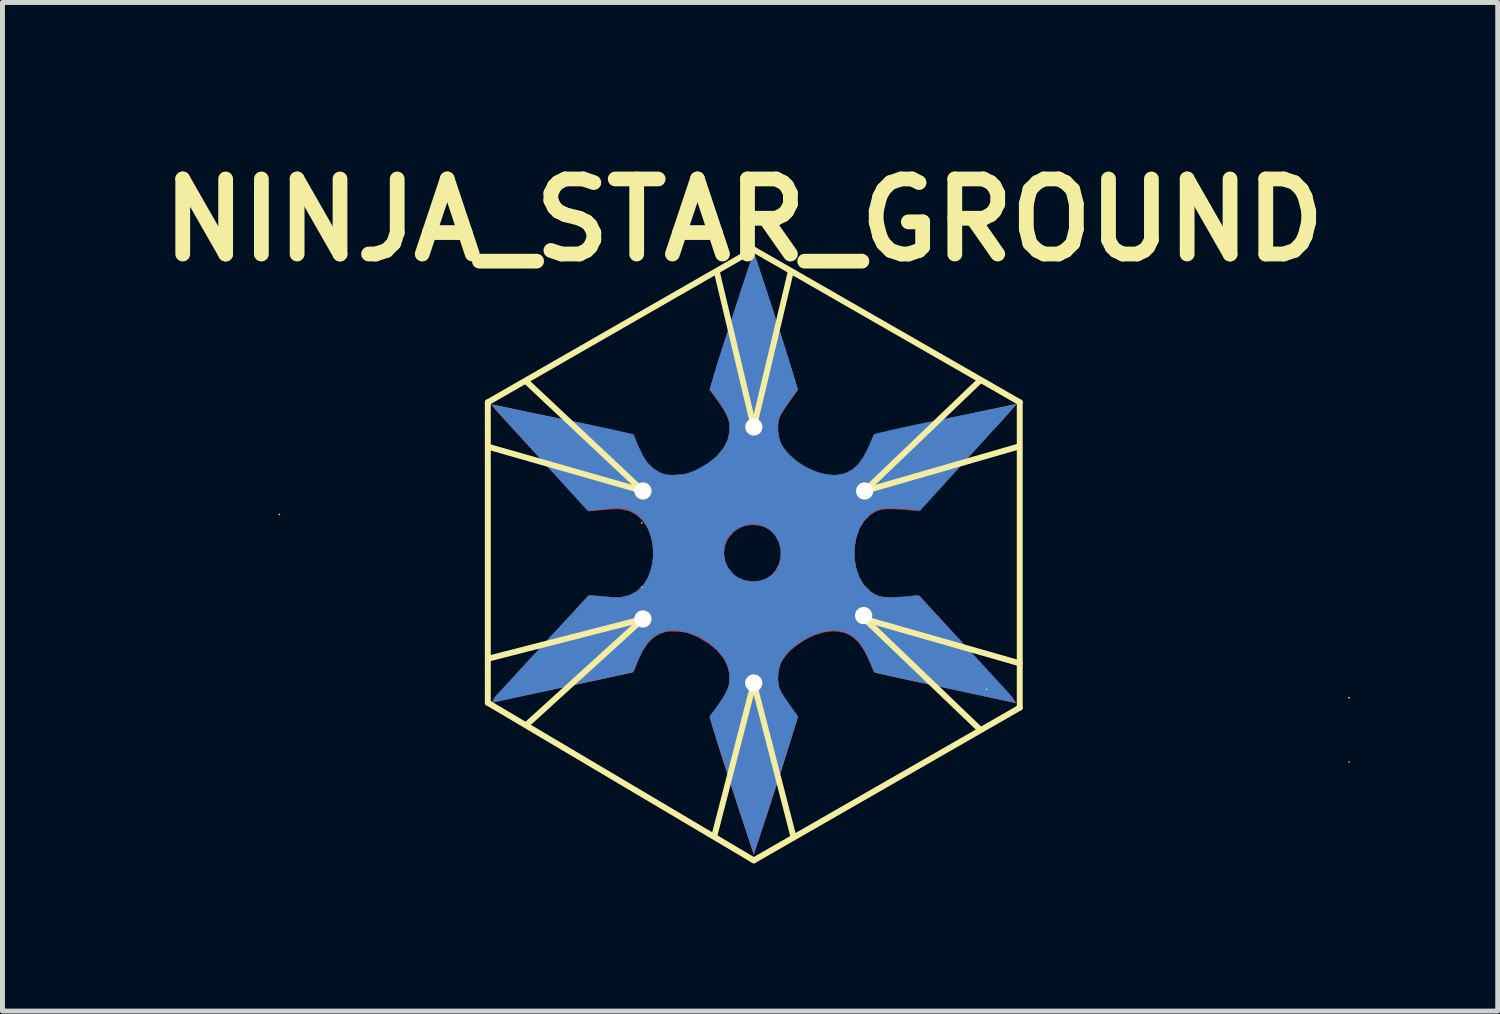
<source format=kicad_pcb>
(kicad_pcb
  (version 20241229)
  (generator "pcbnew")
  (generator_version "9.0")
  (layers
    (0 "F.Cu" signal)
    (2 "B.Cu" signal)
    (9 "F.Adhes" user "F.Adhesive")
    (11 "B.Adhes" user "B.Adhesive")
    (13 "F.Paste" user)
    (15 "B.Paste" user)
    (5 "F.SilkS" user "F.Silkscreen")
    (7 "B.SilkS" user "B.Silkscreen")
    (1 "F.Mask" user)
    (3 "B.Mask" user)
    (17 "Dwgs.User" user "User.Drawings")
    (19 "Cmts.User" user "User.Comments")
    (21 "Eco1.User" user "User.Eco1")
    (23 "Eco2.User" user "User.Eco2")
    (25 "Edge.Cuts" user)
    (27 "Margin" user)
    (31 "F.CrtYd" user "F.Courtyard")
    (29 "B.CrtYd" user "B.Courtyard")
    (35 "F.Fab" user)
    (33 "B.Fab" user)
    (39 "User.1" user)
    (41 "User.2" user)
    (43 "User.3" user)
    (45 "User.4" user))
  (footprint "NINJA_STAR_GROUND"
    (layer "F.Cu")
    (at 12.254 8.218)
    (property "Reference" "NINJA_STAR_GROUND" (at -0.2 -6.8 0) (layer "F.SilkS") (effects (font (size 1.524 1.524) (thickness 0.3))))
    (attr through_hole)
    (fp_poly (pts (xy 0.011 -6.077) (xy 0.035 -6.01) (xy 0.071 -5.907) (xy 0.117 -5.771) (xy 0.172 -5.608) (xy 0.233 -5.424) (xy 0.298 -5.225) (xy 0.367 -5.015) (xy 0.436 -4.8) (xy 0.506 -4.586) (xy 0.572 -4.378) (xy 0.635 -4.181) (xy 0.691 -4.001) (xy 0.74 -3.844) (xy 0.779 -3.714) (xy 0.791 -3.674) (xy 0.888 -3.344) (xy 0.793 -3.211) (xy 0.698 -3.077) (xy 0.627 -2.976) (xy 0.578 -2.9) (xy 0.545 -2.842) (xy 0.523 -2.793) (xy 0.508 -2.748) (xy 0.505 -2.738) (xy 0.488 -2.611) (xy 0.494 -2.465) (xy 0.52 -2.326) (xy 0.548 -2.252) (xy 0.643 -2.103) (xy 0.778 -1.962) (xy 0.943 -1.837) (xy 1.127 -1.732) (xy 1.319 -1.655) (xy 1.509 -1.611) (xy 1.613 -1.604) (xy 1.79 -1.623) (xy 1.944 -1.68) (xy 2.079 -1.778) (xy 2.197 -1.92) (xy 2.303 -2.109) (xy 2.334 -2.178) (xy 2.421 -2.383) (xy 3.31 -2.383) (xy 3.314 -2.368) (xy 3.327 -2.366) (xy 3.348 -2.375) (xy 3.344 -2.383) (xy 3.314 -2.386) (xy 3.31 -2.383) (xy 2.421 -2.383) (xy 2.43 -2.404) (xy 3.429 -2.404) (xy 3.441 -2.392) (xy 3.454 -2.404) (xy 3.441 -2.417) (xy 3.429 -2.404) (xy 2.43 -2.404) (xy 2.441 -2.43) (xy 3.556 -2.43) (xy 3.568 -2.417) (xy 3.581 -2.43) (xy 3.568 -2.442) (xy 3.556 -2.43) (xy 2.441 -2.43) (xy 2.443 -2.435) (xy 2.531 -2.455) (xy 3.683 -2.455) (xy 3.695 -2.442) (xy 3.708 -2.455) (xy 3.695 -2.468) (xy 3.683 -2.455) (xy 2.531 -2.455) (xy 2.639 -2.481) (xy 3.81 -2.481) (xy 3.822 -2.468) (xy 3.835 -2.481) (xy 3.822 -2.493) (xy 3.81 -2.481) (xy 2.639 -2.481) (xy 2.766 -2.51) (xy 3.92 -2.51) (xy 3.923 -2.495) (xy 3.937 -2.493) (xy 3.958 -2.502) (xy 3.954 -2.51) (xy 3.924 -2.513) (xy 3.92 -2.51) (xy 2.766 -2.51) (xy 2.841 -2.528) (xy 2.875 -2.536) (xy 4.047 -2.536) (xy 4.05 -2.52) (xy 4.064 -2.519) (xy 4.085 -2.528) (xy 4.081 -2.536) (xy 4.051 -2.539) (xy 4.047 -2.536) (xy 2.875 -2.536) (xy 3 -2.564) (xy 3.192 -2.606) (xy 3.2 -2.607) (xy 3.454 -2.607) (xy 3.467 -2.595) (xy 3.48 -2.607) (xy 3.467 -2.62) (xy 3.454 -2.607) (xy 3.2 -2.607) (xy 3.319 -2.633) (xy 3.581 -2.633) (xy 3.594 -2.62) (xy 3.607 -2.633) (xy 3.594 -2.646) (xy 3.581 -2.633) (xy 3.319 -2.633) (xy 3.399 -2.65) (xy 3.44 -2.658) (xy 3.734 -2.658) (xy 3.746 -2.646) (xy 3.759 -2.658) (xy 3.746 -2.671) (xy 3.734 -2.658) (xy 3.44 -2.658) (xy 3.564 -2.684) (xy 3.861 -2.684) (xy 3.873 -2.671) (xy 3.886 -2.684) (xy 3.873 -2.696) (xy 3.861 -2.684) (xy 3.564 -2.684) (xy 3.603 -2.692) (xy 3.746 -2.72) (xy 3.817 -2.735) (xy 4.089 -2.735) (xy 4.102 -2.722) (xy 4.115 -2.735) (xy 4.102 -2.747) (xy 4.089 -2.735) (xy 3.817 -2.735) (xy 3.948 -2.76) (xy 4.179 -2.806) (xy 4.415 -2.854) (xy 4.637 -2.899) (xy 4.759 -2.924) (xy 4.912 -2.955) (xy 5.048 -2.981) (xy 5.159 -3.001) (xy 5.237 -3.013) (xy 5.275 -3.016) (xy 5.277 -3.015) (xy 5.265 -2.993) (xy 5.224 -2.941) (xy 5.159 -2.865) (xy 5.076 -2.773) (xy 5.023 -2.716) (xy 4.914 -2.598) (xy 4.783 -2.457) (xy 4.643 -2.304) (xy 4.506 -2.154) (xy 4.421 -2.061) (xy 4.291 -1.919) (xy 4.139 -1.754) (xy 3.979 -1.581) (xy 3.825 -1.414) (xy 3.713 -1.294) (xy 3.34 -0.894) (xy 3.226 -0.906) (xy 3.016 -0.926) (xy 2.848 -0.936) (xy 2.715 -0.937) (xy 2.608 -0.925) (xy 2.519 -0.902) (xy 2.441 -0.865) (xy 2.365 -0.815) (xy 2.357 -0.809) (xy 2.236 -0.686) (xy 2.14 -0.528) (xy 2.074 -0.342) (xy 2.04 -0.139) (xy 2.038 0.031) (xy 2.072 0.258) (xy 2.138 0.458) (xy 2.236 0.625) (xy 2.363 0.755) (xy 2.431 0.801) (xy 2.496 0.836) (xy 2.555 0.857) (xy 2.625 0.868) (xy 2.722 0.872) (xy 2.781 0.872) (xy 2.91 0.87) (xy 3.044 0.864) (xy 3.157 0.856) (xy 3.175 0.854) (xy 3.34 0.836) (xy 3.724 1.248) (xy 3.861 1.395) (xy 4.02 1.567) (xy 4.189 1.75) (xy 4.356 1.93) (xy 4.509 2.096) (xy 4.537 2.126) (xy 4.666 2.267) (xy 4.793 2.406) (xy 4.912 2.535) (xy 5.016 2.647) (xy 5.096 2.734) (xy 5.127 2.769) (xy 5.196 2.846) (xy 5.247 2.909) (xy 5.275 2.948) (xy 5.277 2.957) (xy 5.249 2.956) (xy 5.18 2.945) (xy 5.076 2.927) (xy 4.945 2.902) (xy 4.795 2.873) (xy 4.759 2.865) (xy 4.57 2.827) (xy 4.35 2.782) (xy 4.116 2.735) (xy 3.887 2.688) (xy 3.683 2.648) (xy 3.493 2.609) (xy 3.296 2.569) (xy 3.105 2.528) (xy 2.935 2.491) (xy 2.798 2.46) (xy 2.777 2.455) (xy 2.443 2.375) (xy 2.333 2.119) (xy 2.231 1.915) (xy 2.117 1.759) (xy 1.988 1.647) (xy 1.961 1.634) (xy 3.721 1.634) (xy 3.795 1.717) (xy 3.85 1.775) (xy 3.878 1.798) (xy 3.886 1.792) (xy 3.886 1.791) (xy 3.869 1.771) (xy 3.826 1.73) (xy 3.819 1.723) (xy 4.091 1.723) (xy 4.097 1.737) (xy 4.111 1.755) (xy 4.148 1.794) (xy 4.165 1.794) (xy 4.165 1.79) (xy 4.148 1.769) (xy 4.121 1.745) (xy 4.091 1.723) (xy 3.819 1.723) (xy 3.803 1.709) (xy 3.721 1.634) (xy 1.961 1.634) (xy 1.84 1.577) (xy 1.671 1.547) (xy 1.613 1.545) (xy 1.429 1.566) (xy 1.237 1.625) (xy 1.047 1.715) (xy 0.87 1.829) (xy 0.716 1.962) (xy 0.597 2.107) (xy 0.548 2.193) (xy 0.509 2.314) (xy 0.489 2.459) (xy 0.491 2.601) (xy 0.505 2.68) (xy 0.52 2.726) (xy 0.54 2.773) (xy 0.571 2.829) (xy 0.617 2.901) (xy 0.682 2.997) (xy 0.773 3.124) (xy 0.793 3.153) (xy 0.888 3.285) (xy 0.791 3.615) (xy 0.755 3.734) (xy 0.71 3.882) (xy 0.656 4.055) (xy 0.595 4.246) (xy 0.53 4.451) (xy 0.461 4.663) (xy 0.392 4.879) (xy 0.323 5.091) (xy 0.256 5.295) (xy 0.193 5.485) (xy 0.136 5.656) (xy 0.087 5.802) (xy 0.047 5.918) (xy 0.018 5.999) (xy 0.002 6.038) (xy 0.000106 6.041) (xy -0.011 6.018) (xy -0.035 5.951) (xy -0.072 5.845) (xy -0.12 5.704) (xy -0.177 5.535) (xy -0.242 5.34) (xy -0.313 5.125) (xy -0.388 4.895) (xy -0.389 4.892) (xy -0.467 4.652) (xy -0.486 4.593) (xy 0.406 4.593) (xy 0.415 4.614) (xy 0.423 4.61) (xy 0.426 4.58) (xy 0.423 4.576) (xy 0.408 4.58) (xy 0.406 4.593) (xy -0.486 4.593) (xy -0.542 4.418) (xy -0.572 4.327) (xy 0.279 4.327) (xy 0.292 4.339) (xy 0.305 4.327) (xy 0.292 4.314) (xy 0.279 4.327) (xy -0.572 4.327) (xy -0.613 4.198) (xy -0.657 4.06) (xy 0.584 4.06) (xy 0.593 4.081) (xy 0.601 4.077) (xy 0.604 4.047) (xy 0.601 4.043) (xy 0.586 4.047) (xy 0.584 4.06) (xy -0.657 4.06) (xy -0.676 3.998) (xy -0.685 3.971) (xy 0.609 3.971) (xy 0.622 3.984) (xy 0.635 3.971) (xy 0.622 3.958) (xy 0.609 3.971) (xy -0.685 3.971) (xy -0.709 3.895) (xy 0.635 3.895) (xy 0.647 3.908) (xy 0.66 3.895) (xy 0.647 3.882) (xy 0.635 3.895) (xy -0.709 3.895) (xy -0.732 3.822) (xy -0.733 3.819) (xy 0.66 3.819) (xy 0.673 3.831) (xy 0.686 3.819) (xy 0.673 3.806) (xy 0.66 3.819) (xy -0.733 3.819) (xy -0.764 3.717) (xy 0.482 3.717) (xy 0.495 3.73) (xy 0.508 3.717) (xy 0.495 3.704) (xy 0.482 3.717) (xy -0.764 3.717) (xy -0.776 3.678) (xy -0.787 3.641) (xy 0.508 3.641) (xy 0.52 3.654) (xy 0.533 3.641) (xy 0.52 3.628) (xy 0.508 3.641) (xy -0.787 3.641) (xy -0.809 3.571) (xy -0.81 3.565) (xy 0.533 3.565) (xy 0.546 3.577) (xy 0.559 3.565) (xy 0.546 3.552) (xy 0.533 3.565) (xy -0.81 3.565) (xy -0.825 3.514) (xy -0.886 3.285) (xy -0.812 3.184) (xy -0.695 3.022) (xy -0.609 2.89) (xy -0.548 2.78) (xy -0.509 2.684) (xy -0.49 2.593) (xy -0.486 2.499) (xy -0.49 2.43) (xy -0.531 2.253) (xy -0.62 2.084) (xy -0.754 1.927) (xy -0.93 1.785) (xy -1.129 1.67) (xy -1.243 1.617) (xy -1.335 1.583) (xy -1.426 1.564) (xy -1.537 1.553) (xy -1.553 1.552) (xy -1.668 1.547) (xy -1.752 1.551) (xy -1.822 1.567) (xy -1.899 1.596) (xy -1.9 1.596) (xy -2.039 1.678) (xy -2.159 1.796) (xy -2.264 1.956) (xy -2.347 2.133) (xy -2.443 2.371) (xy -2.803 2.454) (xy -2.91 2.478) (xy -3.059 2.51) (xy -3.242 2.549) (xy -3.451 2.593) (xy -3.677 2.639) (xy -3.912 2.688) (xy -4.148 2.736) (xy -4.166 2.739) (xy -4.387 2.784) (xy -4.594 2.826) (xy -4.781 2.864) (xy -4.943 2.897) (xy -5.075 2.924) (xy -5.169 2.943) (xy -5.222 2.954) (xy -5.229 2.956) (xy -5.271 2.958) (xy -5.28 2.945) (xy -5.26 2.919) (xy -5.21 2.861) (xy -5.134 2.775) (xy -5.035 2.665) (xy -4.917 2.535) (xy -4.786 2.391) (xy -4.644 2.236) (xy -4.496 2.076) (xy -4.346 1.914) (xy -4.199 1.754) (xy -4.057 1.603) (xy -3.956 1.495) (xy 3.608 1.495) (xy 3.615 1.508) (xy 3.629 1.526) (xy 3.666 1.566) (xy 3.682 1.566) (xy 3.683 1.561) (xy 3.665 1.54) (xy 3.638 1.517) (xy 3.608 1.495) (xy -3.956 1.495) (xy -3.926 1.463) (xy -3.896 1.431) (xy 3.822 1.431) (xy 3.897 1.514) (xy 3.951 1.571) (xy 3.979 1.595) (xy 3.988 1.589) (xy 3.988 1.588) (xy 3.971 1.568) (xy 3.928 1.527) (xy 3.905 1.506) (xy 3.822 1.431) (xy -3.896 1.431) (xy -3.836 1.368) (xy -3.782 1.368) (xy -3.759 1.351) (xy -3.713 1.308) (xy -3.671 1.266) (xy -3.619 1.211) (xy -3.591 1.177) (xy 3.314 1.177) (xy 3.376 1.247) (xy 3.426 1.3) (xy 3.45 1.317) (xy 3.454 1.309) (xy 3.437 1.288) (xy 3.395 1.248) (xy 3.384 1.239) (xy 3.314 1.177) (xy -3.591 1.177) (xy -3.588 1.174) (xy -3.584 1.164) (xy -3.607 1.181) (xy -3.654 1.224) (xy -3.696 1.266) (xy -3.748 1.321) (xy -3.778 1.358) (xy -3.782 1.368) (xy -3.501 1.368) (xy -3.476 1.351) (xy -3.442 1.317) (xy -3.413 1.28) (xy -3.409 1.266) (xy -3.433 1.283) (xy -3.467 1.317) (xy -3.497 1.354) (xy -3.501 1.368) (xy -3.782 1.368) (xy -3.836 1.368) (xy -3.809 1.339) (xy -3.711 1.236) (xy -3.665 1.189) (xy -3.58 1.101) (xy 3.518 1.101) (xy 3.592 1.183) (xy 3.646 1.241) (xy 3.675 1.264) (xy 3.683 1.258) (xy 3.683 1.258) (xy 3.666 1.238) (xy 3.623 1.196) (xy 3.6 1.176) (xy 3.518 1.101) (xy -3.58 1.101) (xy -3.563 1.084) (xy -3.476 0.99) (xy -3.408 0.915) (xy -3.365 0.863) (xy -3.353 0.843) (xy -3.33 0.832) (xy -3.262 0.833) (xy -3.145 0.846) (xy -3.118 0.85) (xy -2.931 0.873) (xy -2.783 0.882) (xy -2.663 0.874) (xy -2.561 0.85) (xy -2.465 0.807) (xy -2.373 0.75) (xy -2.251 0.637) (xy -2.153 0.486) (xy -2.083 0.308) (xy -2.044 0.109) (xy -2.04 -0.03) (xy -0.61 -0.03) (xy -0.598 0.115) (xy -0.559 0.232) (xy -0.485 0.337) (xy -0.438 0.385) (xy -0.304 0.482) (xy -0.15 0.539) (xy 0.012 0.554) (xy 0.169 0.526) (xy 0.217 0.507) (xy 0.348 0.422) (xy 0.448 0.306) (xy 0.517 0.168) (xy 0.552 0.017) (xy 0.551 -0.137) (xy 0.514 -0.284) (xy 0.438 -0.415) (xy 0.39 -0.466) (xy 0.263 -0.553) (xy 0.114 -0.603) (xy -0.044 -0.614) (xy -0.199 -0.589) (xy -0.339 -0.525) (xy -0.414 -0.467) (xy -0.526 -0.331) (xy -0.591 -0.182) (xy -0.61 -0.03) (xy -2.04 -0.03) (xy -2.039 -0.099) (xy -2.039 -0.106) (xy -2.074 -0.333) (xy -2.143 -0.527) (xy -2.243 -0.688) (xy -2.373 -0.811) (xy -2.528 -0.894) (xy -2.707 -0.934) (xy -2.87 -0.934) (xy -2.99 -0.923) (xy -3.117 -0.912) (xy -3.188 -0.906) (xy -3.34 -0.894) (xy -3.75 -1.332) (xy -3.888 -1.479) (xy -4.049 -1.652) (xy -4.222 -1.839) (xy -4.396 -2.028) (xy -4.56 -2.205) (xy -2.506 -2.205) (xy -2.503 -2.19) (xy -2.489 -2.188) (xy -2.413 -2.188) (xy -2.404 -2.167) (xy -2.396 -2.171) (xy -2.393 -2.202) (xy -2.396 -2.205) (xy -2.411 -2.202) (xy -2.413 -2.188) (xy -2.489 -2.188) (xy -2.469 -2.198) (xy -2.472 -2.205) (xy -2.503 -2.208) (xy -2.506 -2.205) (xy -4.56 -2.205) (xy -4.56 -2.206) (xy -4.579 -2.227) (xy -2.616 -2.227) (xy -2.604 -2.214) (xy -2.591 -2.227) (xy -2.604 -2.239) (xy -2.616 -2.227) (xy -4.579 -2.227) (xy -4.602 -2.252) (xy -2.743 -2.252) (xy -2.731 -2.239) (xy -2.718 -2.252) (xy -2.439 -2.252) (xy -2.426 -2.239) (xy -2.413 -2.252) (xy -2.426 -2.265) (xy -2.439 -2.252) (xy -2.718 -2.252) (xy -2.731 -2.265) (xy -2.743 -2.252) (xy -4.602 -2.252) (xy -4.63 -2.282) (xy -2.862 -2.282) (xy -2.858 -2.266) (xy -2.845 -2.265) (xy -2.824 -2.274) (xy -2.828 -2.282) (xy -2.858 -2.285) (xy -2.862 -2.282) (xy -4.63 -2.282) (xy -4.637 -2.29) (xy -4.653 -2.307) (xy -2.989 -2.307) (xy -2.985 -2.292) (xy -2.972 -2.29) (xy -2.951 -2.299) (xy -2.953 -2.303) (xy -2.464 -2.303) (xy -2.451 -2.29) (xy -2.439 -2.303) (xy -2.451 -2.315) (xy -2.464 -2.303) (xy -2.953 -2.303) (xy -2.955 -2.307) (xy -2.985 -2.31) (xy -2.989 -2.307) (xy -4.653 -2.307) (xy -4.719 -2.379) (xy -2.489 -2.379) (xy -2.477 -2.366) (xy -2.464 -2.379) (xy -2.477 -2.392) (xy -2.489 -2.379) (xy -4.719 -2.379) (xy -4.746 -2.409) (xy -3.472 -2.409) (xy -3.468 -2.393) (xy -3.455 -2.392) (xy -3.434 -2.401) (xy -3.435 -2.404) (xy -2.616 -2.404) (xy -2.604 -2.392) (xy -2.591 -2.404) (xy -2.604 -2.417) (xy -2.616 -2.404) (xy -3.435 -2.404) (xy -3.438 -2.409) (xy -3.468 -2.412) (xy -3.472 -2.409) (xy -4.746 -2.409) (xy -4.765 -2.43) (xy -3.607 -2.43) (xy -3.594 -2.417) (xy -3.582 -2.43) (xy -3.594 -2.442) (xy -3.607 -2.43) (xy -4.765 -2.43) (xy -4.767 -2.431) (xy -4.812 -2.481) (xy -2.921 -2.481) (xy -2.909 -2.468) (xy -2.896 -2.481) (xy -2.909 -2.493) (xy -2.921 -2.481) (xy -4.812 -2.481) (xy -4.89 -2.565) (xy -4.929 -2.607) (xy -3.531 -2.607) (xy -3.518 -2.595) (xy -3.505 -2.607) (xy -3.518 -2.62) (xy -3.531 -2.607) (xy -4.929 -2.607) (xy -4.952 -2.633) (xy -3.658 -2.633) (xy -3.645 -2.62) (xy -3.632 -2.633) (xy -3.645 -2.646) (xy -3.658 -2.633) (xy -4.952 -2.633) (xy -5 -2.686) (xy -5.093 -2.786) (xy -5.163 -2.862) (xy -5.204 -2.905) (xy -5.252 -2.961) (xy -5.279 -3) (xy -5.282 -3.011) (xy -5.256 -3.008) (xy -5.186 -2.996) (xy -5.077 -2.976) (xy -4.935 -2.948) (xy -4.766 -2.915) (xy -4.574 -2.877) (xy -4.367 -2.836) (xy -4.148 -2.792) (xy -3.924 -2.746) (xy -3.7 -2.701) (xy -3.482 -2.656) (xy -3.275 -2.613) (xy -3.085 -2.574) (xy -2.918 -2.538) (xy -2.778 -2.508) (xy -2.672 -2.485) (xy -2.638 -2.477) (xy -2.443 -2.431) (xy -2.347 -2.194) (xy -2.252 -1.993) (xy -2.145 -1.839) (xy -2.023 -1.725) (xy -1.919 -1.664) (xy -1.751 -1.613) (xy -1.563 -1.606) (xy -1.361 -1.641) (xy -1.15 -1.718) (xy -1.066 -1.759) (xy -0.871 -1.884) (xy -0.712 -2.028) (xy -0.592 -2.188) (xy -0.516 -2.358) (xy -0.49 -2.489) (xy -0.486 -2.59) (xy -0.495 -2.683) (xy -0.521 -2.775) (xy -0.567 -2.876) (xy -0.637 -2.994) (xy -0.735 -3.136) (xy -0.812 -3.243) (xy -0.887 -3.344) (xy -0.836 -3.535) (xy -0.815 -3.607) (xy -0.782 -3.717) (xy -0.739 -3.858) (xy -0.686 -4.025) (xy -0.626 -4.212) (xy -0.561 -4.415) (xy -0.493 -4.627) (xy -0.489 -4.639) (xy 0.406 -4.639) (xy 0.419 -4.627) (xy 0.432 -4.639) (xy 0.419 -4.652) (xy 0.406 -4.639) (xy -0.489 -4.639) (xy -0.46 -4.728) (xy 0.381 -4.728) (xy 0.39 -4.707) (xy 0.398 -4.711) (xy 0.401 -4.742) (xy 0.398 -4.745) (xy 0.383 -4.742) (xy 0.381 -4.728) (xy -0.46 -4.728) (xy -0.423 -4.844) (xy -0.352 -5.059) (xy -0.284 -5.268) (xy -0.219 -5.466) (xy -0.159 -5.646) (xy -0.106 -5.803) (xy -0.062 -5.933) (xy -0.028 -6.029) (xy -0.007 -6.086) (xy 0 -6.1) (xy 0.011 -6.077)) (stroke (width 0.01) (type solid)) (fill yes) (layer "F.Cu"))
    (fp_poly (pts (xy 0.011 -6.077) (xy 0.035 -6.01) (xy 0.071 -5.907) (xy 0.117 -5.771) (xy 0.172 -5.608) (xy 0.233 -5.424) (xy 0.298 -5.225) (xy 0.367 -5.015) (xy 0.436 -4.8) (xy 0.506 -4.586) (xy 0.572 -4.378) (xy 0.635 -4.181) (xy 0.691 -4.001) (xy 0.74 -3.844) (xy 0.779 -3.714) (xy 0.791 -3.674) (xy 0.888 -3.344) (xy 0.793 -3.211) (xy 0.698 -3.077) (xy 0.627 -2.976) (xy 0.578 -2.9) (xy 0.545 -2.842) (xy 0.523 -2.793) (xy 0.508 -2.748) (xy 0.505 -2.738) (xy 0.488 -2.611) (xy 0.494 -2.465) (xy 0.52 -2.326) (xy 0.548 -2.252) (xy 0.643 -2.103) (xy 0.778 -1.962) (xy 0.943 -1.837) (xy 1.127 -1.732) (xy 1.319 -1.655) (xy 1.509 -1.611) (xy 1.613 -1.604) (xy 1.79 -1.623) (xy 1.944 -1.68) (xy 2.079 -1.778) (xy 2.197 -1.92) (xy 2.303 -2.109) (xy 2.334 -2.178) (xy 2.421 -2.383) (xy 3.31 -2.383) (xy 3.314 -2.368) (xy 3.327 -2.366) (xy 3.348 -2.375) (xy 3.344 -2.383) (xy 3.314 -2.386) (xy 3.31 -2.383) (xy 2.421 -2.383) (xy 2.43 -2.404) (xy 3.429 -2.404) (xy 3.441 -2.392) (xy 3.454 -2.404) (xy 3.441 -2.417) (xy 3.429 -2.404) (xy 2.43 -2.404) (xy 2.441 -2.43) (xy 3.556 -2.43) (xy 3.568 -2.417) (xy 3.581 -2.43) (xy 3.568 -2.442) (xy 3.556 -2.43) (xy 2.441 -2.43) (xy 2.443 -2.435) (xy 2.531 -2.455) (xy 3.683 -2.455) (xy 3.695 -2.442) (xy 3.708 -2.455) (xy 3.695 -2.468) (xy 3.683 -2.455) (xy 2.531 -2.455) (xy 2.639 -2.481) (xy 3.81 -2.481) (xy 3.822 -2.468) (xy 3.835 -2.481) (xy 3.822 -2.493) (xy 3.81 -2.481) (xy 2.639 -2.481) (xy 2.766 -2.51) (xy 3.92 -2.51) (xy 3.923 -2.495) (xy 3.937 -2.493) (xy 3.958 -2.502) (xy 3.954 -2.51) (xy 3.924 -2.513) (xy 3.92 -2.51) (xy 2.766 -2.51) (xy 2.841 -2.528) (xy 2.875 -2.536) (xy 4.047 -2.536) (xy 4.05 -2.52) (xy 4.064 -2.519) (xy 4.085 -2.528) (xy 4.081 -2.536) (xy 4.051 -2.539) (xy 4.047 -2.536) (xy 2.875 -2.536) (xy 3 -2.564) (xy 3.192 -2.606) (xy 3.2 -2.607) (xy 3.454 -2.607) (xy 3.467 -2.595) (xy 3.48 -2.607) (xy 3.467 -2.62) (xy 3.454 -2.607) (xy 3.2 -2.607) (xy 3.319 -2.633) (xy 3.581 -2.633) (xy 3.594 -2.62) (xy 3.607 -2.633) (xy 3.594 -2.646) (xy 3.581 -2.633) (xy 3.319 -2.633) (xy 3.399 -2.65) (xy 3.44 -2.658) (xy 3.734 -2.658) (xy 3.746 -2.646) (xy 3.759 -2.658) (xy 3.746 -2.671) (xy 3.734 -2.658) (xy 3.44 -2.658) (xy 3.564 -2.684) (xy 3.861 -2.684) (xy 3.873 -2.671) (xy 3.886 -2.684) (xy 3.873 -2.696) (xy 3.861 -2.684) (xy 3.564 -2.684) (xy 3.603 -2.692) (xy 3.746 -2.72) (xy 3.817 -2.735) (xy 4.089 -2.735) (xy 4.102 -2.722) (xy 4.115 -2.735) (xy 4.102 -2.747) (xy 4.089 -2.735) (xy 3.817 -2.735) (xy 3.948 -2.76) (xy 4.179 -2.806) (xy 4.415 -2.854) (xy 4.637 -2.899) (xy 4.759 -2.924) (xy 4.912 -2.955) (xy 5.048 -2.981) (xy 5.159 -3.001) (xy 5.237 -3.013) (xy 5.275 -3.016) (xy 5.277 -3.015) (xy 5.265 -2.993) (xy 5.224 -2.941) (xy 5.159 -2.865) (xy 5.076 -2.773) (xy 5.023 -2.716) (xy 4.914 -2.598) (xy 4.783 -2.457) (xy 4.643 -2.304) (xy 4.506 -2.154) (xy 4.421 -2.061) (xy 4.291 -1.919) (xy 4.139 -1.754) (xy 3.979 -1.581) (xy 3.825 -1.414) (xy 3.713 -1.294) (xy 3.34 -0.894) (xy 3.226 -0.906) (xy 3.016 -0.926) (xy 2.848 -0.936) (xy 2.715 -0.937) (xy 2.608 -0.925) (xy 2.519 -0.902) (xy 2.441 -0.865) (xy 2.365 -0.815) (xy 2.357 -0.809) (xy 2.236 -0.686) (xy 2.14 -0.528) (xy 2.074 -0.342) (xy 2.04 -0.139) (xy 2.038 0.031) (xy 2.072 0.258) (xy 2.138 0.458) (xy 2.236 0.625) (xy 2.363 0.755) (xy 2.431 0.801) (xy 2.496 0.836) (xy 2.555 0.857) (xy 2.625 0.868) (xy 2.722 0.872) (xy 2.781 0.872) (xy 2.91 0.87) (xy 3.044 0.864) (xy 3.157 0.856) (xy 3.175 0.854) (xy 3.34 0.836) (xy 3.724 1.248) (xy 3.861 1.395) (xy 4.02 1.567) (xy 4.189 1.75) (xy 4.356 1.93) (xy 4.509 2.096) (xy 4.537 2.126) (xy 4.666 2.267) (xy 4.793 2.406) (xy 4.912 2.535) (xy 5.016 2.647) (xy 5.096 2.734) (xy 5.127 2.769) (xy 5.196 2.846) (xy 5.247 2.909) (xy 5.275 2.948) (xy 5.277 2.957) (xy 5.249 2.956) (xy 5.18 2.945) (xy 5.076 2.927) (xy 4.945 2.902) (xy 4.795 2.873) (xy 4.759 2.865) (xy 4.57 2.827) (xy 4.35 2.782) (xy 4.116 2.735) (xy 3.887 2.688) (xy 3.683 2.648) (xy 3.493 2.609) (xy 3.296 2.569) (xy 3.105 2.528) (xy 2.935 2.491) (xy 2.798 2.46) (xy 2.777 2.455) (xy 2.443 2.375) (xy 2.333 2.119) (xy 2.231 1.915) (xy 2.117 1.759) (xy 1.988 1.647) (xy 1.961 1.634) (xy 3.721 1.634) (xy 3.795 1.717) (xy 3.85 1.775) (xy 3.878 1.798) (xy 3.886 1.792) (xy 3.886 1.791) (xy 3.869 1.771) (xy 3.826 1.73) (xy 3.819 1.723) (xy 4.091 1.723) (xy 4.097 1.737) (xy 4.111 1.755) (xy 4.148 1.794) (xy 4.165 1.794) (xy 4.165 1.79) (xy 4.148 1.769) (xy 4.121 1.745) (xy 4.091 1.723) (xy 3.819 1.723) (xy 3.803 1.709) (xy 3.721 1.634) (xy 1.961 1.634) (xy 1.84 1.577) (xy 1.671 1.547) (xy 1.613 1.545) (xy 1.429 1.566) (xy 1.237 1.625) (xy 1.047 1.715) (xy 0.87 1.829) (xy 0.716 1.962) (xy 0.597 2.107) (xy 0.548 2.193) (xy 0.509 2.314) (xy 0.489 2.459) (xy 0.491 2.601) (xy 0.505 2.68) (xy 0.52 2.726) (xy 0.54 2.773) (xy 0.571 2.829) (xy 0.617 2.901) (xy 0.682 2.997) (xy 0.773 3.124) (xy 0.793 3.153) (xy 0.888 3.285) (xy 0.791 3.615) (xy 0.755 3.734) (xy 0.71 3.882) (xy 0.656 4.055) (xy 0.595 4.246) (xy 0.53 4.451) (xy 0.461 4.663) (xy 0.392 4.879) (xy 0.323 5.091) (xy 0.256 5.295) (xy 0.193 5.485) (xy 0.136 5.656) (xy 0.087 5.802) (xy 0.047 5.918) (xy 0.018 5.999) (xy 0.002 6.038) (xy 0.000106 6.041) (xy -0.011 6.018) (xy -0.035 5.951) (xy -0.072 5.845) (xy -0.12 5.704) (xy -0.177 5.535) (xy -0.242 5.34) (xy -0.313 5.125) (xy -0.388 4.895) (xy -0.389 4.892) (xy -0.467 4.652) (xy -0.486 4.593) (xy 0.406 4.593) (xy 0.415 4.614) (xy 0.423 4.61) (xy 0.426 4.58) (xy 0.423 4.576) (xy 0.408 4.58) (xy 0.406 4.593) (xy -0.486 4.593) (xy -0.542 4.418) (xy -0.572 4.327) (xy 0.279 4.327) (xy 0.292 4.339) (xy 0.305 4.327) (xy 0.292 4.314) (xy 0.279 4.327) (xy -0.572 4.327) (xy -0.613 4.198) (xy -0.657 4.06) (xy 0.584 4.06) (xy 0.593 4.081) (xy 0.601 4.077) (xy 0.604 4.047) (xy 0.601 4.043) (xy 0.586 4.047) (xy 0.584 4.06) (xy -0.657 4.06) (xy -0.676 3.998) (xy -0.685 3.971) (xy 0.609 3.971) (xy 0.622 3.984) (xy 0.635 3.971) (xy 0.622 3.958) (xy 0.609 3.971) (xy -0.685 3.971) (xy -0.709 3.895) (xy 0.635 3.895) (xy 0.647 3.908) (xy 0.66 3.895) (xy 0.647 3.882) (xy 0.635 3.895) (xy -0.709 3.895) (xy -0.732 3.822) (xy -0.733 3.819) (xy 0.66 3.819) (xy 0.673 3.831) (xy 0.686 3.819) (xy 0.673 3.806) (xy 0.66 3.819) (xy -0.733 3.819) (xy -0.764 3.717) (xy 0.482 3.717) (xy 0.495 3.73) (xy 0.508 3.717) (xy 0.495 3.704) (xy 0.482 3.717) (xy -0.764 3.717) (xy -0.776 3.678) (xy -0.787 3.641) (xy 0.508 3.641) (xy 0.52 3.654) (xy 0.533 3.641) (xy 0.52 3.628) (xy 0.508 3.641) (xy -0.787 3.641) (xy -0.809 3.571) (xy -0.81 3.565) (xy 0.533 3.565) (xy 0.546 3.577) (xy 0.559 3.565) (xy 0.546 3.552) (xy 0.533 3.565) (xy -0.81 3.565) (xy -0.825 3.514) (xy -0.886 3.285) (xy -0.812 3.184) (xy -0.695 3.022) (xy -0.609 2.89) (xy -0.548 2.78) (xy -0.509 2.684) (xy -0.49 2.593) (xy -0.486 2.499) (xy -0.49 2.43) (xy -0.531 2.253) (xy -0.62 2.084) (xy -0.754 1.927) (xy -0.93 1.785) (xy -1.129 1.67) (xy -1.243 1.617) (xy -1.335 1.583) (xy -1.426 1.564) (xy -1.537 1.553) (xy -1.553 1.552) (xy -1.668 1.547) (xy -1.752 1.551) (xy -1.822 1.567) (xy -1.899 1.596) (xy -1.9 1.596) (xy -2.039 1.678) (xy -2.159 1.796) (xy -2.264 1.956) (xy -2.347 2.133) (xy -2.443 2.371) (xy -2.803 2.454) (xy -2.91 2.478) (xy -3.059 2.51) (xy -3.242 2.549) (xy -3.451 2.593) (xy -3.677 2.639) (xy -3.912 2.688) (xy -4.148 2.736) (xy -4.166 2.739) (xy -4.387 2.784) (xy -4.594 2.826) (xy -4.781 2.864) (xy -4.943 2.897) (xy -5.075 2.924) (xy -5.169 2.943) (xy -5.222 2.954) (xy -5.229 2.956) (xy -5.271 2.958) (xy -5.28 2.945) (xy -5.26 2.919) (xy -5.21 2.861) (xy -5.134 2.775) (xy -5.035 2.665) (xy -4.917 2.535) (xy -4.786 2.391) (xy -4.644 2.236) (xy -4.496 2.076) (xy -4.346 1.914) (xy -4.199 1.754) (xy -4.057 1.603) (xy -3.956 1.495) (xy 3.608 1.495) (xy 3.615 1.508) (xy 3.629 1.526) (xy 3.666 1.566) (xy 3.682 1.566) (xy 3.683 1.561) (xy 3.665 1.54) (xy 3.638 1.517) (xy 3.608 1.495) (xy -3.956 1.495) (xy -3.926 1.463) (xy -3.896 1.431) (xy 3.822 1.431) (xy 3.897 1.514) (xy 3.951 1.571) (xy 3.979 1.595) (xy 3.988 1.589) (xy 3.988 1.588) (xy 3.971 1.568) (xy 3.928 1.527) (xy 3.905 1.506) (xy 3.822 1.431) (xy -3.896 1.431) (xy -3.836 1.368) (xy -3.782 1.368) (xy -3.759 1.351) (xy -3.713 1.308) (xy -3.671 1.266) (xy -3.619 1.211) (xy -3.591 1.177) (xy 3.314 1.177) (xy 3.376 1.247) (xy 3.426 1.3) (xy 3.45 1.317) (xy 3.454 1.309) (xy 3.437 1.288) (xy 3.395 1.248) (xy 3.384 1.239) (xy 3.314 1.177) (xy -3.591 1.177) (xy -3.588 1.174) (xy -3.584 1.164) (xy -3.607 1.181) (xy -3.654 1.224) (xy -3.696 1.266) (xy -3.748 1.321) (xy -3.778 1.358) (xy -3.782 1.368) (xy -3.501 1.368) (xy -3.476 1.351) (xy -3.442 1.317) (xy -3.413 1.28) (xy -3.409 1.266) (xy -3.433 1.283) (xy -3.467 1.317) (xy -3.497 1.354) (xy -3.501 1.368) (xy -3.782 1.368) (xy -3.836 1.368) (xy -3.809 1.339) (xy -3.711 1.236) (xy -3.665 1.189) (xy -3.58 1.101) (xy 3.518 1.101) (xy 3.592 1.183) (xy 3.646 1.241) (xy 3.675 1.264) (xy 3.683 1.258) (xy 3.683 1.258) (xy 3.666 1.238) (xy 3.623 1.196) (xy 3.6 1.176) (xy 3.518 1.101) (xy -3.58 1.101) (xy -3.563 1.084) (xy -3.476 0.99) (xy -3.408 0.915) (xy -3.365 0.863) (xy -3.353 0.843) (xy -3.33 0.832) (xy -3.262 0.833) (xy -3.145 0.846) (xy -3.118 0.85) (xy -2.931 0.873) (xy -2.783 0.882) (xy -2.663 0.874) (xy -2.561 0.85) (xy -2.465 0.807) (xy -2.373 0.75) (xy -2.251 0.637) (xy -2.153 0.486) (xy -2.083 0.308) (xy -2.044 0.109) (xy -2.04 -0.03) (xy -0.61 -0.03) (xy -0.598 0.115) (xy -0.559 0.232) (xy -0.485 0.337) (xy -0.438 0.385) (xy -0.304 0.482) (xy -0.15 0.539) (xy 0.012 0.554) (xy 0.169 0.526) (xy 0.217 0.507) (xy 0.348 0.422) (xy 0.448 0.306) (xy 0.517 0.168) (xy 0.552 0.017) (xy 0.551 -0.137) (xy 0.514 -0.284) (xy 0.438 -0.415) (xy 0.39 -0.466) (xy 0.263 -0.553) (xy 0.114 -0.603) (xy -0.044 -0.614) (xy -0.199 -0.589) (xy -0.339 -0.525) (xy -0.414 -0.467) (xy -0.526 -0.331) (xy -0.591 -0.182) (xy -0.61 -0.03) (xy -2.04 -0.03) (xy -2.039 -0.099) (xy -2.039 -0.106) (xy -2.074 -0.333) (xy -2.143 -0.527) (xy -2.243 -0.688) (xy -2.373 -0.811) (xy -2.528 -0.894) (xy -2.707 -0.934) (xy -2.87 -0.934) (xy -2.99 -0.923) (xy -3.117 -0.912) (xy -3.188 -0.906) (xy -3.34 -0.894) (xy -3.75 -1.332) (xy -3.888 -1.479) (xy -4.049 -1.652) (xy -4.222 -1.839) (xy -4.396 -2.028) (xy -4.56 -2.205) (xy -2.506 -2.205) (xy -2.503 -2.19) (xy -2.489 -2.188) (xy -2.413 -2.188) (xy -2.404 -2.167) (xy -2.396 -2.171) (xy -2.393 -2.202) (xy -2.396 -2.205) (xy -2.411 -2.202) (xy -2.413 -2.188) (xy -2.489 -2.188) (xy -2.469 -2.198) (xy -2.472 -2.205) (xy -2.503 -2.208) (xy -2.506 -2.205) (xy -4.56 -2.205) (xy -4.56 -2.206) (xy -4.579 -2.227) (xy -2.616 -2.227) (xy -2.604 -2.214) (xy -2.591 -2.227) (xy -2.604 -2.239) (xy -2.616 -2.227) (xy -4.579 -2.227) (xy -4.602 -2.252) (xy -2.743 -2.252) (xy -2.731 -2.239) (xy -2.718 -2.252) (xy -2.439 -2.252) (xy -2.426 -2.239) (xy -2.413 -2.252) (xy -2.426 -2.265) (xy -2.439 -2.252) (xy -2.718 -2.252) (xy -2.731 -2.265) (xy -2.743 -2.252) (xy -4.602 -2.252) (xy -4.63 -2.282) (xy -2.862 -2.282) (xy -2.858 -2.266) (xy -2.845 -2.265) (xy -2.824 -2.274) (xy -2.828 -2.282) (xy -2.858 -2.285) (xy -2.862 -2.282) (xy -4.63 -2.282) (xy -4.637 -2.29) (xy -4.653 -2.307) (xy -2.989 -2.307) (xy -2.985 -2.292) (xy -2.972 -2.29) (xy -2.951 -2.299) (xy -2.953 -2.303) (xy -2.464 -2.303) (xy -2.451 -2.29) (xy -2.439 -2.303) (xy -2.451 -2.315) (xy -2.464 -2.303) (xy -2.953 -2.303) (xy -2.955 -2.307) (xy -2.985 -2.31) (xy -2.989 -2.307) (xy -4.653 -2.307) (xy -4.719 -2.379) (xy -2.489 -2.379) (xy -2.477 -2.366) (xy -2.464 -2.379) (xy -2.477 -2.392) (xy -2.489 -2.379) (xy -4.719 -2.379) (xy -4.746 -2.409) (xy -3.472 -2.409) (xy -3.468 -2.393) (xy -3.455 -2.392) (xy -3.434 -2.401) (xy -3.435 -2.404) (xy -2.616 -2.404) (xy -2.604 -2.392) (xy -2.591 -2.404) (xy -2.604 -2.417) (xy -2.616 -2.404) (xy -3.435 -2.404) (xy -3.438 -2.409) (xy -3.468 -2.412) (xy -3.472 -2.409) (xy -4.746 -2.409) (xy -4.765 -2.43) (xy -3.607 -2.43) (xy -3.594 -2.417) (xy -3.582 -2.43) (xy -3.594 -2.442) (xy -3.607 -2.43) (xy -4.765 -2.43) (xy -4.767 -2.431) (xy -4.812 -2.481) (xy -2.921 -2.481) (xy -2.909 -2.468) (xy -2.896 -2.481) (xy -2.909 -2.493) (xy -2.921 -2.481) (xy -4.812 -2.481) (xy -4.89 -2.565) (xy -4.929 -2.607) (xy -3.531 -2.607) (xy -3.518 -2.595) (xy -3.505 -2.607) (xy -3.518 -2.62) (xy -3.531 -2.607) (xy -4.929 -2.607) (xy -4.952 -2.633) (xy -3.658 -2.633) (xy -3.645 -2.62) (xy -3.632 -2.633) (xy -3.645 -2.646) (xy -3.658 -2.633) (xy -4.952 -2.633) (xy -5 -2.686) (xy -5.093 -2.786) (xy -5.163 -2.862) (xy -5.204 -2.905) (xy -5.252 -2.961) (xy -5.279 -3) (xy -5.282 -3.011) (xy -5.256 -3.008) (xy -5.186 -2.996) (xy -5.077 -2.976) (xy -4.935 -2.948) (xy -4.766 -2.915) (xy -4.574 -2.877) (xy -4.367 -2.836) (xy -4.148 -2.792) (xy -3.924 -2.746) (xy -3.7 -2.701) (xy -3.482 -2.656) (xy -3.275 -2.613) (xy -3.085 -2.574) (xy -2.918 -2.538) (xy -2.778 -2.508) (xy -2.672 -2.485) (xy -2.638 -2.477) (xy -2.443 -2.431) (xy -2.347 -2.194) (xy -2.252 -1.993) (xy -2.145 -1.839) (xy -2.023 -1.725) (xy -1.919 -1.664) (xy -1.751 -1.613) (xy -1.563 -1.606) (xy -1.361 -1.641) (xy -1.15 -1.718) (xy -1.066 -1.759) (xy -0.871 -1.884) (xy -0.712 -2.028) (xy -0.592 -2.188) (xy -0.516 -2.358) (xy -0.49 -2.489) (xy -0.486 -2.59) (xy -0.495 -2.683) (xy -0.521 -2.775) (xy -0.567 -2.876) (xy -0.637 -2.994) (xy -0.735 -3.136) (xy -0.812 -3.243) (xy -0.887 -3.344) (xy -0.836 -3.535) (xy -0.815 -3.607) (xy -0.782 -3.717) (xy -0.739 -3.858) (xy -0.686 -4.025) (xy -0.626 -4.212) (xy -0.561 -4.415) (xy -0.493 -4.627) (xy -0.489 -4.639) (xy 0.406 -4.639) (xy 0.419 -4.627) (xy 0.432 -4.639) (xy 0.419 -4.652) (xy 0.406 -4.639) (xy -0.489 -4.639) (xy -0.46 -4.728) (xy 0.381 -4.728) (xy 0.39 -4.707) (xy 0.398 -4.711) (xy 0.401 -4.742) (xy 0.398 -4.745) (xy 0.383 -4.742) (xy 0.381 -4.728) (xy -0.46 -4.728) (xy -0.423 -4.844) (xy -0.352 -5.059) (xy -0.284 -5.268) (xy -0.219 -5.466) (xy -0.159 -5.646) (xy -0.106 -5.803) (xy -0.062 -5.933) (xy -0.028 -6.029) (xy -0.007 -6.086) (xy 0 -6.1) (xy 0.011 -6.077)) (stroke (width 0.01) (type solid)) (fill yes) (layer "F.Mask"))
    (fp_poly (pts (xy 0.011 6.002) (xy 0.035 5.936) (xy 0.071 5.832) (xy 0.117 5.696) (xy 0.172 5.534) (xy 0.233 5.35) (xy 0.298 5.151) (xy 0.367 4.941) (xy 0.436 4.726) (xy 0.506 4.512) (xy 0.572 4.304) (xy 0.635 4.107) (xy 0.691 3.927) (xy 0.74 3.77) (xy 0.779 3.64) (xy 0.791 3.6) (xy 0.888 3.27) (xy 0.793 3.137) (xy 0.698 3.003) (xy 0.627 2.901) (xy 0.578 2.826) (xy 0.545 2.767) (xy 0.523 2.719) (xy 0.508 2.673) (xy 0.505 2.664) (xy 0.488 2.537) (xy 0.494 2.391) (xy 0.52 2.252) (xy 0.548 2.177) (xy 0.643 2.029) (xy 0.778 1.888) (xy 0.943 1.762) (xy 1.127 1.658) (xy 1.319 1.58) (xy 1.509 1.537) (xy 1.613 1.53) (xy 1.79 1.548) (xy 1.944 1.605) (xy 2.079 1.704) (xy 2.197 1.846) (xy 2.303 2.035) (xy 2.334 2.104) (xy 2.421 2.309) (xy 3.31 2.309) (xy 3.314 2.294) (xy 3.327 2.292) (xy 3.348 2.301) (xy 3.344 2.309) (xy 3.314 2.312) (xy 3.31 2.309) (xy 2.421 2.309) (xy 2.43 2.33) (xy 3.429 2.33) (xy 3.441 2.317) (xy 3.454 2.33) (xy 3.441 2.343) (xy 3.429 2.33) (xy 2.43 2.33) (xy 2.441 2.355) (xy 3.556 2.355) (xy 3.568 2.343) (xy 3.581 2.355) (xy 3.568 2.368) (xy 3.556 2.355) (xy 2.441 2.355) (xy 2.443 2.36) (xy 2.531 2.381) (xy 3.683 2.381) (xy 3.695 2.368) (xy 3.708 2.381) (xy 3.695 2.394) (xy 3.683 2.381) (xy 2.531 2.381) (xy 2.639 2.406) (xy 3.81 2.406) (xy 3.822 2.394) (xy 3.835 2.406) (xy 3.822 2.419) (xy 3.81 2.406) (xy 2.639 2.406) (xy 2.766 2.436) (xy 3.92 2.436) (xy 3.923 2.421) (xy 3.937 2.419) (xy 3.958 2.428) (xy 3.954 2.436) (xy 3.924 2.439) (xy 3.92 2.436) (xy 2.766 2.436) (xy 2.841 2.453) (xy 2.875 2.461) (xy 4.047 2.461) (xy 4.05 2.446) (xy 4.064 2.444) (xy 4.085 2.454) (xy 4.081 2.461) (xy 4.051 2.464) (xy 4.047 2.461) (xy 2.875 2.461) (xy 3 2.49) (xy 3.192 2.532) (xy 3.2 2.533) (xy 3.454 2.533) (xy 3.467 2.521) (xy 3.48 2.533) (xy 3.467 2.546) (xy 3.454 2.533) (xy 3.2 2.533) (xy 3.319 2.559) (xy 3.581 2.559) (xy 3.594 2.546) (xy 3.607 2.559) (xy 3.594 2.571) (xy 3.581 2.559) (xy 3.319 2.559) (xy 3.399 2.576) (xy 3.44 2.584) (xy 3.734 2.584) (xy 3.746 2.571) (xy 3.759 2.584) (xy 3.746 2.597) (xy 3.734 2.584) (xy 3.44 2.584) (xy 3.564 2.609) (xy 3.861 2.609) (xy 3.873 2.597) (xy 3.886 2.609) (xy 3.873 2.622) (xy 3.861 2.609) (xy 3.564 2.609) (xy 3.603 2.618) (xy 3.746 2.646) (xy 3.817 2.66) (xy 4.089 2.66) (xy 4.102 2.648) (xy 4.115 2.66) (xy 4.102 2.673) (xy 4.089 2.66) (xy 3.817 2.66) (xy 3.948 2.686) (xy 4.179 2.732) (xy 4.415 2.78) (xy 4.637 2.825) (xy 4.759 2.85) (xy 4.912 2.881) (xy 5.048 2.907) (xy 5.159 2.927) (xy 5.237 2.939) (xy 5.275 2.942) (xy 5.277 2.941) (xy 5.265 2.919) (xy 5.224 2.867) (xy 5.159 2.791) (xy 5.076 2.699) (xy 5.023 2.642) (xy 4.914 2.524) (xy 4.783 2.382) (xy 4.643 2.23) (xy 4.506 2.08) (xy 4.421 1.987) (xy 4.291 1.845) (xy 4.139 1.68) (xy 3.979 1.507) (xy 3.825 1.34) (xy 3.713 1.219) (xy 3.34 0.82) (xy 3.226 0.832) (xy 3.016 0.852) (xy 2.848 0.862) (xy 2.715 0.862) (xy 2.608 0.851) (xy 2.519 0.828) (xy 2.441 0.791) (xy 2.365 0.741) (xy 2.357 0.734) (xy 2.236 0.612) (xy 2.14 0.453) (xy 2.074 0.268) (xy 2.04 0.065) (xy 2.038 -0.105) (xy 2.072 -0.333) (xy 2.138 -0.532) (xy 2.236 -0.699) (xy 2.363 -0.829) (xy 2.431 -0.875) (xy 2.496 -0.91) (xy 2.555 -0.931) (xy 2.625 -0.942) (xy 2.722 -0.946) (xy 2.781 -0.947) (xy 2.91 -0.944) (xy 3.044 -0.938) (xy 3.157 -0.93) (xy 3.175 -0.928) (xy 3.34 -0.91) (xy 3.724 -1.322) (xy 3.861 -1.469) (xy 4.02 -1.641) (xy 4.189 -1.824) (xy 4.356 -2.005) (xy 4.509 -2.171) (xy 4.537 -2.201) (xy 4.666 -2.341) (xy 4.793 -2.48) (xy 4.912 -2.609) (xy 5.016 -2.722) (xy 5.096 -2.809) (xy 5.127 -2.843) (xy 5.196 -2.92) (xy 5.247 -2.983) (xy 5.275 -3.022) (xy 5.277 -3.031) (xy 5.249 -3.03) (xy 5.18 -3.02) (xy 5.076 -3.001) (xy 4.945 -2.977) (xy 4.795 -2.947) (xy 4.759 -2.939) (xy 4.57 -2.901) (xy 4.35 -2.856) (xy 4.116 -2.809) (xy 3.887 -2.763) (xy 3.683 -2.722) (xy 3.493 -2.684) (xy 3.296 -2.643) (xy 3.105 -2.602) (xy 2.935 -2.565) (xy 2.798 -2.534) (xy 2.777 -2.529) (xy 2.443 -2.449) (xy 2.333 -2.193) (xy 2.231 -1.989) (xy 2.117 -1.833) (xy 1.988 -1.721) (xy 1.961 -1.709) (xy 3.721 -1.709) (xy 3.795 -1.791) (xy 3.85 -1.849) (xy 3.878 -1.872) (xy 3.886 -1.866) (xy 3.886 -1.866) (xy 3.869 -1.845) (xy 3.826 -1.804) (xy 3.819 -1.798) (xy 4.091 -1.798) (xy 4.097 -1.811) (xy 4.111 -1.829) (xy 4.148 -1.869) (xy 4.165 -1.868) (xy 4.165 -1.864) (xy 4.148 -1.843) (xy 4.121 -1.82) (xy 4.091 -1.798) (xy 3.819 -1.798) (xy 3.803 -1.783) (xy 3.721 -1.709) (xy 1.961 -1.709) (xy 1.84 -1.651) (xy 1.671 -1.621) (xy 1.613 -1.62) (xy 1.429 -1.641) (xy 1.237 -1.699) (xy 1.047 -1.789) (xy 0.87 -1.903) (xy 0.716 -2.036) (xy 0.597 -2.181) (xy 0.548 -2.267) (xy 0.509 -2.389) (xy 0.489 -2.533) (xy 0.491 -2.675) (xy 0.505 -2.754) (xy 0.52 -2.8) (xy 0.54 -2.847) (xy 0.571 -2.903) (xy 0.617 -2.975) (xy 0.682 -3.071) (xy 0.773 -3.198) (xy 0.793 -3.227) (xy 0.888 -3.36) (xy 0.791 -3.69) (xy 0.755 -3.808) (xy 0.71 -3.956) (xy 0.656 -4.129) (xy 0.595 -4.32) (xy 0.53 -4.525) (xy 0.461 -4.738) (xy 0.392 -4.953) (xy 0.323 -5.165) (xy 0.256 -5.369) (xy 0.193 -5.559) (xy 0.136 -5.73) (xy 0.087 -5.876) (xy 0.047 -5.992) (xy 0.018 -6.073) (xy 0.002 -6.112) (xy 0.000106 -6.115) (xy -0.011 -6.092) (xy -0.035 -6.025) (xy -0.072 -5.919) (xy -0.12 -5.779) (xy -0.177 -5.609) (xy -0.242 -5.414) (xy -0.313 -5.199) (xy -0.388 -4.969) (xy -0.389 -4.966) (xy -0.467 -4.726) (xy -0.486 -4.668) (xy 0.406 -4.668) (xy 0.415 -4.689) (xy 0.423 -4.685) (xy 0.426 -4.654) (xy 0.423 -4.651) (xy 0.408 -4.654) (xy 0.406 -4.668) (xy -0.486 -4.668) (xy -0.542 -4.493) (xy -0.572 -4.401) (xy 0.279 -4.401) (xy 0.292 -4.414) (xy 0.305 -4.401) (xy 0.292 -4.388) (xy 0.279 -4.401) (xy -0.572 -4.401) (xy -0.613 -4.273) (xy -0.657 -4.134) (xy 0.584 -4.134) (xy 0.593 -4.155) (xy 0.601 -4.151) (xy 0.604 -4.121) (xy 0.601 -4.117) (xy 0.586 -4.121) (xy 0.584 -4.134) (xy -0.657 -4.134) (xy -0.676 -4.072) (xy -0.685 -4.045) (xy 0.609 -4.045) (xy 0.622 -4.058) (xy 0.635 -4.045) (xy 0.622 -4.033) (xy 0.609 -4.045) (xy -0.685 -4.045) (xy -0.709 -3.969) (xy 0.635 -3.969) (xy 0.647 -3.982) (xy 0.66 -3.969) (xy 0.647 -3.956) (xy 0.635 -3.969) (xy -0.709 -3.969) (xy -0.732 -3.896) (xy -0.733 -3.893) (xy 0.66 -3.893) (xy 0.673 -3.906) (xy 0.686 -3.893) (xy 0.673 -3.88) (xy 0.66 -3.893) (xy -0.733 -3.893) (xy -0.764 -3.791) (xy 0.482 -3.791) (xy 0.495 -3.804) (xy 0.508 -3.791) (xy 0.495 -3.779) (xy 0.482 -3.791) (xy -0.764 -3.791) (xy -0.776 -3.752) (xy -0.787 -3.715) (xy 0.508 -3.715) (xy 0.52 -3.728) (xy 0.533 -3.715) (xy 0.52 -3.702) (xy 0.508 -3.715) (xy -0.787 -3.715) (xy -0.809 -3.645) (xy -0.81 -3.639) (xy 0.533 -3.639) (xy 0.546 -3.652) (xy 0.559 -3.639) (xy 0.546 -3.626) (xy 0.533 -3.639) (xy -0.81 -3.639) (xy -0.825 -3.588) (xy -0.886 -3.36) (xy -0.812 -3.258) (xy -0.695 -3.096) (xy -0.609 -2.964) (xy -0.548 -2.854) (xy -0.509 -2.758) (xy -0.49 -2.667) (xy -0.486 -2.574) (xy -0.49 -2.504) (xy -0.531 -2.327) (xy -0.62 -2.158) (xy -0.754 -2.001) (xy -0.93 -1.86) (xy -1.129 -1.744) (xy -1.243 -1.691) (xy -1.335 -1.658) (xy -1.426 -1.638) (xy -1.537 -1.628) (xy -1.553 -1.626) (xy -1.668 -1.622) (xy -1.752 -1.626) (xy -1.822 -1.641) (xy -1.899 -1.67) (xy -1.9 -1.671) (xy -2.039 -1.752) (xy -2.159 -1.871) (xy -2.264 -2.031) (xy -2.347 -2.207) (xy -2.443 -2.445) (xy -2.803 -2.528) (xy -2.91 -2.552) (xy -3.059 -2.584) (xy -3.242 -2.623) (xy -3.451 -2.667) (xy -3.677 -2.714) (xy -3.912 -2.762) (xy -4.148 -2.81) (xy -4.166 -2.813) (xy -4.387 -2.858) (xy -4.594 -2.9) (xy -4.781 -2.938) (xy -4.943 -2.971) (xy -5.075 -2.998) (xy -5.169 -3.017) (xy -5.222 -3.028) (xy -5.229 -3.03) (xy -5.271 -3.032) (xy -5.28 -3.019) (xy -5.26 -2.993) (xy -5.21 -2.935) (xy -5.134 -2.849) (xy -5.035 -2.739) (xy -4.917 -2.609) (xy -4.786 -2.465) (xy -4.644 -2.31) (xy -4.496 -2.15) (xy -4.346 -1.988) (xy -4.199 -1.829) (xy -4.057 -1.677) (xy -3.956 -1.569) (xy 3.608 -1.569) (xy 3.615 -1.582) (xy 3.629 -1.601) (xy 3.666 -1.64) (xy 3.682 -1.64) (xy 3.683 -1.635) (xy 3.665 -1.614) (xy 3.638 -1.591) (xy 3.608 -1.569) (xy -3.956 -1.569) (xy -3.926 -1.537) (xy -3.896 -1.505) (xy 3.822 -1.505) (xy 3.897 -1.588) (xy 3.951 -1.646) (xy 3.979 -1.669) (xy 3.988 -1.663) (xy 3.988 -1.662) (xy 3.971 -1.642) (xy 3.928 -1.601) (xy 3.905 -1.58) (xy 3.822 -1.505) (xy -3.896 -1.505) (xy -3.836 -1.442) (xy -3.782 -1.442) (xy -3.759 -1.425) (xy -3.713 -1.382) (xy -3.671 -1.34) (xy -3.619 -1.285) (xy -3.591 -1.251) (xy 3.314 -1.251) (xy 3.376 -1.321) (xy 3.426 -1.374) (xy 3.45 -1.391) (xy 3.454 -1.383) (xy 3.437 -1.362) (xy 3.395 -1.322) (xy 3.384 -1.313) (xy 3.314 -1.251) (xy -3.591 -1.251) (xy -3.588 -1.248) (xy -3.584 -1.239) (xy -3.607 -1.255) (xy -3.654 -1.298) (xy -3.696 -1.34) (xy -3.748 -1.395) (xy -3.778 -1.432) (xy -3.782 -1.442) (xy -3.501 -1.442) (xy -3.476 -1.425) (xy -3.442 -1.391) (xy -3.413 -1.354) (xy -3.409 -1.34) (xy -3.433 -1.357) (xy -3.467 -1.391) (xy -3.497 -1.428) (xy -3.501 -1.442) (xy -3.782 -1.442) (xy -3.836 -1.442) (xy -3.809 -1.413) (xy -3.711 -1.31) (xy -3.665 -1.263) (xy -3.58 -1.175) (xy 3.518 -1.175) (xy 3.592 -1.258) (xy 3.646 -1.315) (xy 3.675 -1.339) (xy 3.683 -1.333) (xy 3.683 -1.332) (xy 3.666 -1.312) (xy 3.623 -1.271) (xy 3.6 -1.25) (xy 3.518 -1.175) (xy -3.58 -1.175) (xy -3.563 -1.158) (xy -3.476 -1.064) (xy -3.408 -0.989) (xy -3.365 -0.937) (xy -3.353 -0.918) (xy -3.33 -0.907) (xy -3.262 -0.908) (xy -3.145 -0.92) (xy -3.118 -0.924) (xy -2.931 -0.947) (xy -2.783 -0.956) (xy -2.663 -0.949) (xy -2.561 -0.924) (xy -2.465 -0.882) (xy -2.373 -0.824) (xy -2.251 -0.711) (xy -2.153 -0.561) (xy -2.083 -0.382) (xy -2.044 -0.183) (xy -2.04 -0.044) (xy -0.61 -0.044) (xy -0.598 -0.19) (xy -0.559 -0.306) (xy -0.485 -0.411) (xy -0.438 -0.459) (xy -0.304 -0.556) (xy -0.15 -0.613) (xy 0.012 -0.629) (xy 0.169 -0.6) (xy 0.217 -0.581) (xy 0.348 -0.496) (xy 0.448 -0.38) (xy 0.517 -0.242) (xy 0.552 -0.091) (xy 0.551 0.062) (xy 0.514 0.209) (xy 0.438 0.34) (xy 0.39 0.392) (xy 0.263 0.479) (xy 0.114 0.528) (xy -0.044 0.54) (xy -0.199 0.514) (xy -0.339 0.451) (xy -0.414 0.393) (xy -0.526 0.257) (xy -0.591 0.108) (xy -0.61 -0.044) (xy -2.04 -0.044) (xy -2.039 0.025) (xy -2.039 0.031) (xy -2.074 0.258) (xy -2.143 0.453) (xy -2.243 0.613) (xy -2.373 0.736) (xy -2.528 0.819) (xy -2.707 0.86) (xy -2.87 0.86) (xy -2.99 0.849) (xy -3.117 0.838) (xy -3.188 0.832) (xy -3.34 0.82) (xy -3.75 1.257) (xy -3.888 1.405) (xy -4.049 1.578) (xy -4.222 1.765) (xy -4.396 1.954) (xy -4.56 2.131) (xy -2.506 2.131) (xy -2.503 2.116) (xy -2.489 2.114) (xy -2.413 2.114) (xy -2.404 2.093) (xy -2.396 2.097) (xy -2.393 2.127) (xy -2.396 2.131) (xy -2.411 2.128) (xy -2.413 2.114) (xy -2.489 2.114) (xy -2.469 2.123) (xy -2.472 2.131) (xy -2.503 2.134) (xy -2.506 2.131) (xy -4.56 2.131) (xy -4.56 2.132) (xy -4.579 2.152) (xy -2.616 2.152) (xy -2.604 2.14) (xy -2.591 2.152) (xy -2.604 2.165) (xy -2.616 2.152) (xy -4.579 2.152) (xy -4.602 2.178) (xy -2.743 2.178) (xy -2.731 2.165) (xy -2.718 2.178) (xy -2.439 2.178) (xy -2.426 2.165) (xy -2.413 2.178) (xy -2.426 2.19) (xy -2.439 2.178) (xy -2.718 2.178) (xy -2.731 2.19) (xy -2.743 2.178) (xy -4.602 2.178) (xy -4.63 2.207) (xy -2.862 2.207) (xy -2.858 2.192) (xy -2.845 2.19) (xy -2.824 2.2) (xy -2.828 2.207) (xy -2.858 2.21) (xy -2.862 2.207) (xy -4.63 2.207) (xy -4.637 2.216) (xy -4.653 2.233) (xy -2.989 2.233) (xy -2.985 2.218) (xy -2.972 2.216) (xy -2.951 2.225) (xy -2.953 2.228) (xy -2.464 2.228) (xy -2.451 2.216) (xy -2.439 2.228) (xy -2.451 2.241) (xy -2.464 2.228) (xy -2.953 2.228) (xy -2.955 2.233) (xy -2.985 2.236) (xy -2.989 2.233) (xy -4.653 2.233) (xy -4.719 2.305) (xy -2.489 2.305) (xy -2.477 2.292) (xy -2.464 2.305) (xy -2.477 2.317) (xy -2.489 2.305) (xy -4.719 2.305) (xy -4.746 2.334) (xy -3.472 2.334) (xy -3.468 2.319) (xy -3.455 2.317) (xy -3.434 2.327) (xy -3.435 2.33) (xy -2.616 2.33) (xy -2.604 2.317) (xy -2.591 2.33) (xy -2.604 2.343) (xy -2.616 2.33) (xy -3.435 2.33) (xy -3.438 2.334) (xy -3.468 2.337) (xy -3.472 2.334) (xy -4.746 2.334) (xy -4.765 2.355) (xy -3.607 2.355) (xy -3.594 2.343) (xy -3.582 2.355) (xy -3.594 2.368) (xy -3.607 2.355) (xy -4.765 2.355) (xy -4.767 2.357) (xy -4.812 2.406) (xy -2.921 2.406) (xy -2.909 2.394) (xy -2.896 2.406) (xy -2.909 2.419) (xy -2.921 2.406) (xy -4.812 2.406) (xy -4.89 2.491) (xy -4.929 2.533) (xy -3.531 2.533) (xy -3.518 2.521) (xy -3.505 2.533) (xy -3.518 2.546) (xy -3.531 2.533) (xy -4.929 2.533) (xy -4.952 2.559) (xy -3.658 2.559) (xy -3.645 2.546) (xy -3.632 2.559) (xy -3.645 2.571) (xy -3.658 2.559) (xy -4.952 2.559) (xy -5 2.611) (xy -5.093 2.712) (xy -5.163 2.787) (xy -5.204 2.831) (xy -5.252 2.887) (xy -5.279 2.926) (xy -5.282 2.937) (xy -5.256 2.934) (xy -5.186 2.922) (xy -5.077 2.901) (xy -4.935 2.874) (xy -4.766 2.841) (xy -4.574 2.803) (xy -4.367 2.762) (xy -4.148 2.718) (xy -3.924 2.672) (xy -3.7 2.627) (xy -3.482 2.582) (xy -3.275 2.539) (xy -3.085 2.499) (xy -2.918 2.464) (xy -2.778 2.434) (xy -2.672 2.41) (xy -2.638 2.403) (xy -2.443 2.357) (xy -2.347 2.119) (xy -2.252 1.919) (xy -2.145 1.764) (xy -2.023 1.651) (xy -1.919 1.59) (xy -1.751 1.539) (xy -1.563 1.531) (xy -1.361 1.566) (xy -1.15 1.643) (xy -1.066 1.685) (xy -0.871 1.81) (xy -0.712 1.954) (xy -0.592 2.114) (xy -0.516 2.283) (xy -0.49 2.414) (xy -0.486 2.516) (xy -0.495 2.609) (xy -0.521 2.701) (xy -0.567 2.802) (xy -0.637 2.92) (xy -0.735 3.062) (xy -0.812 3.168) (xy -0.887 3.27) (xy -0.836 3.46) (xy -0.815 3.533) (xy -0.782 3.643) (xy -0.739 3.784) (xy -0.686 3.951) (xy -0.626 4.138) (xy -0.561 4.34) (xy -0.493 4.553) (xy -0.489 4.565) (xy 0.406 4.565) (xy 0.419 4.553) (xy 0.432 4.565) (xy 0.419 4.578) (xy 0.406 4.565) (xy -0.489 4.565) (xy -0.46 4.654) (xy 0.381 4.654) (xy 0.39 4.633) (xy 0.398 4.637) (xy 0.401 4.667) (xy 0.398 4.671) (xy 0.383 4.668) (xy 0.381 4.654) (xy -0.46 4.654) (xy -0.423 4.769) (xy -0.352 4.985) (xy -0.284 5.194) (xy -0.219 5.391) (xy -0.159 5.571) (xy -0.106 5.729) (xy -0.062 5.858) (xy -0.028 5.954) (xy -0.007 6.012) (xy 0 6.026) (xy 0.011 6.002)) (stroke (width 0.01) (type solid)) (fill yes) (layer "B.Cu"))
    (fp_poly (pts (xy 0.011 5.999) (xy 0.035 5.932) (xy 0.071 5.829) (xy 0.117 5.693) (xy 0.172 5.53) (xy 0.233 5.346) (xy 0.298 5.147) (xy 0.367 4.937) (xy 0.436 4.722) (xy 0.506 4.508) (xy 0.572 4.3) (xy 0.635 4.103) (xy 0.691 3.923) (xy 0.74 3.766) (xy 0.779 3.636) (xy 0.791 3.596) (xy 0.888 3.266) (xy 0.793 3.134) (xy 0.698 2.999) (xy 0.627 2.898) (xy 0.578 2.822) (xy 0.545 2.764) (xy 0.523 2.716) (xy 0.508 2.67) (xy 0.505 2.661) (xy 0.488 2.533) (xy 0.494 2.387) (xy 0.52 2.248) (xy 0.548 2.174) (xy 0.643 2.025) (xy 0.778 1.885) (xy 0.943 1.759) (xy 1.127 1.654) (xy 1.319 1.577) (xy 1.509 1.533) (xy 1.613 1.526) (xy 1.79 1.545) (xy 1.944 1.602) (xy 2.079 1.7) (xy 2.197 1.842) (xy 2.303 2.031) (xy 2.334 2.1) (xy 2.421 2.305) (xy 3.31 2.305) (xy 3.314 2.29) (xy 3.327 2.288) (xy 3.348 2.298) (xy 3.344 2.305) (xy 3.314 2.308) (xy 3.31 2.305) (xy 2.421 2.305) (xy 2.43 2.326) (xy 3.429 2.326) (xy 3.441 2.314) (xy 3.454 2.326) (xy 3.441 2.339) (xy 3.429 2.326) (xy 2.43 2.326) (xy 2.441 2.352) (xy 3.556 2.352) (xy 3.568 2.339) (xy 3.581 2.352) (xy 3.568 2.364) (xy 3.556 2.352) (xy 2.441 2.352) (xy 2.443 2.357) (xy 2.531 2.377) (xy 3.683 2.377) (xy 3.695 2.364) (xy 3.708 2.377) (xy 3.695 2.39) (xy 3.683 2.377) (xy 2.531 2.377) (xy 2.639 2.403) (xy 3.81 2.403) (xy 3.822 2.39) (xy 3.835 2.403) (xy 3.822 2.415) (xy 3.81 2.403) (xy 2.639 2.403) (xy 2.766 2.432) (xy 3.92 2.432) (xy 3.923 2.417) (xy 3.937 2.415) (xy 3.958 2.425) (xy 3.954 2.432) (xy 3.924 2.435) (xy 3.92 2.432) (xy 2.766 2.432) (xy 2.841 2.45) (xy 2.875 2.458) (xy 4.047 2.458) (xy 4.05 2.442) (xy 4.064 2.441) (xy 4.085 2.45) (xy 4.081 2.458) (xy 4.051 2.461) (xy 4.047 2.458) (xy 2.875 2.458) (xy 3 2.486) (xy 3.192 2.528) (xy 3.2 2.53) (xy 3.454 2.53) (xy 3.467 2.517) (xy 3.48 2.53) (xy 3.467 2.542) (xy 3.454 2.53) (xy 3.2 2.53) (xy 3.319 2.555) (xy 3.581 2.555) (xy 3.594 2.542) (xy 3.607 2.555) (xy 3.594 2.568) (xy 3.581 2.555) (xy 3.319 2.555) (xy 3.399 2.572) (xy 3.44 2.58) (xy 3.734 2.58) (xy 3.746 2.568) (xy 3.759 2.58) (xy 3.746 2.593) (xy 3.734 2.58) (xy 3.44 2.58) (xy 3.564 2.606) (xy 3.861 2.606) (xy 3.873 2.593) (xy 3.886 2.606) (xy 3.873 2.618) (xy 3.861 2.606) (xy 3.564 2.606) (xy 3.603 2.614) (xy 3.746 2.642) (xy 3.817 2.657) (xy 4.089 2.657) (xy 4.102 2.644) (xy 4.115 2.657) (xy 4.102 2.669) (xy 4.089 2.657) (xy 3.817 2.657) (xy 3.948 2.682) (xy 4.179 2.728) (xy 4.415 2.776) (xy 4.637 2.821) (xy 4.759 2.846) (xy 4.912 2.877) (xy 5.048 2.903) (xy 5.159 2.923) (xy 5.237 2.935) (xy 5.275 2.938) (xy 5.277 2.938) (xy 5.265 2.916) (xy 5.224 2.863) (xy 5.159 2.788) (xy 5.076 2.695) (xy 5.023 2.638) (xy 4.914 2.52) (xy 4.783 2.379) (xy 4.643 2.226) (xy 4.506 2.076) (xy 4.421 1.983) (xy 4.291 1.841) (xy 4.139 1.676) (xy 3.979 1.503) (xy 3.825 1.336) (xy 3.713 1.216) (xy 3.34 0.816) (xy 3.226 0.828) (xy 3.016 0.848) (xy 2.848 0.859) (xy 2.715 0.859) (xy 2.608 0.847) (xy 2.519 0.824) (xy 2.441 0.787) (xy 2.365 0.737) (xy 2.357 0.731) (xy 2.236 0.608) (xy 2.14 0.45) (xy 2.074 0.264) (xy 2.04 0.061) (xy 2.038 -0.109) (xy 2.072 -0.336) (xy 2.138 -0.536) (xy 2.236 -0.703) (xy 2.363 -0.833) (xy 2.431 -0.879) (xy 2.496 -0.914) (xy 2.555 -0.935) (xy 2.625 -0.946) (xy 2.722 -0.95) (xy 2.781 -0.95) (xy 2.91 -0.948) (xy 3.044 -0.942) (xy 3.157 -0.934) (xy 3.175 -0.932) (xy 3.34 -0.914) (xy 3.724 -1.326) (xy 3.861 -1.473) (xy 4.02 -1.645) (xy 4.189 -1.827) (xy 4.356 -2.008) (xy 4.509 -2.174) (xy 4.537 -2.204) (xy 4.666 -2.345) (xy 4.793 -2.484) (xy 4.912 -2.613) (xy 5.016 -2.725) (xy 5.096 -2.812) (xy 5.127 -2.847) (xy 5.196 -2.924) (xy 5.247 -2.987) (xy 5.275 -3.026) (xy 5.277 -3.035) (xy 5.249 -3.034) (xy 5.18 -3.023) (xy 5.076 -3.005) (xy 4.945 -2.98) (xy 4.795 -2.951) (xy 4.759 -2.943) (xy 4.57 -2.905) (xy 4.35 -2.86) (xy 4.116 -2.812) (xy 3.887 -2.766) (xy 3.683 -2.726) (xy 3.493 -2.687) (xy 3.296 -2.646) (xy 3.105 -2.606) (xy 2.935 -2.569) (xy 2.798 -2.538) (xy 2.777 -2.533) (xy 2.443 -2.453) (xy 2.333 -2.197) (xy 2.231 -1.993) (xy 2.117 -1.837) (xy 1.988 -1.725) (xy 1.961 -1.712) (xy 3.721 -1.712) (xy 3.795 -1.795) (xy 3.85 -1.852) (xy 3.878 -1.876) (xy 3.886 -1.87) (xy 3.886 -1.869) (xy 3.869 -1.849) (xy 3.826 -1.808) (xy 3.819 -1.801) (xy 4.091 -1.801) (xy 4.097 -1.814) (xy 4.111 -1.833) (xy 4.148 -1.872) (xy 4.165 -1.872) (xy 4.165 -1.868) (xy 4.148 -1.847) (xy 4.121 -1.823) (xy 4.091 -1.801) (xy 3.819 -1.801) (xy 3.803 -1.787) (xy 3.721 -1.712) (xy 1.961 -1.712) (xy 1.84 -1.655) (xy 1.671 -1.625) (xy 1.613 -1.623) (xy 1.429 -1.644) (xy 1.237 -1.703) (xy 1.047 -1.793) (xy 0.87 -1.907) (xy 0.716 -2.04) (xy 0.597 -2.185) (xy 0.548 -2.271) (xy 0.509 -2.392) (xy 0.489 -2.536) (xy 0.491 -2.679) (xy 0.505 -2.758) (xy 0.52 -2.804) (xy 0.54 -2.851) (xy 0.571 -2.907) (xy 0.617 -2.979) (xy 0.682 -3.074) (xy 0.773 -3.202) (xy 0.793 -3.231) (xy 0.888 -3.363) (xy 0.791 -3.693) (xy 0.755 -3.812) (xy 0.71 -3.96) (xy 0.656 -4.133) (xy 0.595 -4.324) (xy 0.53 -4.529) (xy 0.461 -4.741) (xy 0.392 -4.957) (xy 0.323 -5.169) (xy 0.256 -5.373) (xy 0.193 -5.563) (xy 0.136 -5.734) (xy 0.087 -5.88) (xy 0.047 -5.996) (xy 0.018 -6.077) (xy 0.002 -6.116) (xy 0.000106 -6.119) (xy -0.011 -6.096) (xy -0.035 -6.029) (xy -0.072 -5.923) (xy -0.12 -5.782) (xy -0.177 -5.613) (xy -0.242 -5.418) (xy -0.313 -5.203) (xy -0.388 -4.973) (xy -0.389 -4.97) (xy -0.467 -4.729) (xy -0.486 -4.671) (xy 0.406 -4.671) (xy 0.415 -4.692) (xy 0.423 -4.688) (xy 0.426 -4.658) (xy 0.423 -4.654) (xy 0.408 -4.658) (xy 0.406 -4.671) (xy -0.486 -4.671) (xy -0.542 -4.496) (xy -0.572 -4.405) (xy 0.279 -4.405) (xy 0.292 -4.417) (xy 0.305 -4.405) (xy 0.292 -4.392) (xy 0.279 -4.405) (xy -0.572 -4.405) (xy -0.613 -4.276) (xy -0.657 -4.138) (xy 0.584 -4.138) (xy 0.593 -4.159) (xy 0.601 -4.155) (xy 0.604 -4.125) (xy 0.601 -4.121) (xy 0.586 -4.124) (xy 0.584 -4.138) (xy -0.657 -4.138) (xy -0.676 -4.076) (xy -0.685 -4.049) (xy 0.609 -4.049) (xy 0.622 -4.062) (xy 0.635 -4.049) (xy 0.622 -4.036) (xy 0.609 -4.049) (xy -0.685 -4.049) (xy -0.709 -3.973) (xy 0.635 -3.973) (xy 0.647 -3.986) (xy 0.66 -3.973) (xy 0.647 -3.96) (xy 0.635 -3.973) (xy -0.709 -3.973) (xy -0.732 -3.9) (xy -0.733 -3.897) (xy 0.66 -3.897) (xy 0.673 -3.909) (xy 0.686 -3.897) (xy 0.673 -3.884) (xy 0.66 -3.897) (xy -0.733 -3.897) (xy -0.764 -3.795) (xy 0.482 -3.795) (xy 0.495 -3.808) (xy 0.508 -3.795) (xy 0.495 -3.782) (xy 0.482 -3.795) (xy -0.764 -3.795) (xy -0.776 -3.756) (xy -0.787 -3.719) (xy 0.508 -3.719) (xy 0.52 -3.732) (xy 0.533 -3.719) (xy 0.52 -3.706) (xy 0.508 -3.719) (xy -0.787 -3.719) (xy -0.809 -3.649) (xy -0.81 -3.643) (xy 0.533 -3.643) (xy 0.546 -3.655) (xy 0.559 -3.643) (xy 0.546 -3.63) (xy 0.533 -3.643) (xy -0.81 -3.643) (xy -0.825 -3.592) (xy -0.886 -3.363) (xy -0.812 -3.262) (xy -0.695 -3.1) (xy -0.609 -2.968) (xy -0.548 -2.858) (xy -0.509 -2.762) (xy -0.49 -2.671) (xy -0.486 -2.577) (xy -0.49 -2.508) (xy -0.531 -2.331) (xy -0.62 -2.162) (xy -0.754 -2.005) (xy -0.93 -1.863) (xy -1.129 -1.748) (xy -1.243 -1.695) (xy -1.335 -1.661) (xy -1.426 -1.642) (xy -1.537 -1.631) (xy -1.553 -1.63) (xy -1.668 -1.625) (xy -1.752 -1.629) (xy -1.822 -1.645) (xy -1.899 -1.674) (xy -1.9 -1.674) (xy -2.039 -1.756) (xy -2.159 -1.874) (xy -2.264 -2.034) (xy -2.347 -2.211) (xy -2.443 -2.449) (xy -2.803 -2.532) (xy -2.91 -2.556) (xy -3.059 -2.588) (xy -3.242 -2.627) (xy -3.451 -2.671) (xy -3.677 -2.717) (xy -3.912 -2.766) (xy -4.148 -2.814) (xy -4.166 -2.817) (xy -4.387 -2.862) (xy -4.594 -2.904) (xy -4.781 -2.942) (xy -4.943 -2.975) (xy -5.075 -3.002) (xy -5.169 -3.021) (xy -5.222 -3.032) (xy -5.229 -3.034) (xy -5.271 -3.036) (xy -5.28 -3.023) (xy -5.26 -2.997) (xy -5.21 -2.939) (xy -5.134 -2.853) (xy -5.035 -2.742) (xy -4.917 -2.613) (xy -4.786 -2.469) (xy -4.644 -2.314) (xy -4.496 -2.154) (xy -4.346 -1.991) (xy -4.199 -1.832) (xy -4.057 -1.681) (xy -3.956 -1.573) (xy 3.608 -1.573) (xy 3.615 -1.586) (xy 3.629 -1.604) (xy 3.666 -1.644) (xy 3.682 -1.644) (xy 3.683 -1.639) (xy 3.665 -1.618) (xy 3.638 -1.595) (xy 3.608 -1.573) (xy -3.956 -1.573) (xy -3.926 -1.541) (xy -3.896 -1.509) (xy 3.822 -1.509) (xy 3.897 -1.592) (xy 3.951 -1.649) (xy 3.979 -1.673) (xy 3.988 -1.666) (xy 3.988 -1.666) (xy 3.971 -1.646) (xy 3.928 -1.604) (xy 3.905 -1.584) (xy 3.822 -1.509) (xy -3.896 -1.509) (xy -3.836 -1.446) (xy -3.782 -1.446) (xy -3.759 -1.429) (xy -3.713 -1.386) (xy -3.671 -1.344) (xy -3.619 -1.289) (xy -3.591 -1.255) (xy 3.314 -1.255) (xy 3.376 -1.325) (xy 3.426 -1.378) (xy 3.45 -1.394) (xy 3.454 -1.386) (xy 3.437 -1.366) (xy 3.395 -1.326) (xy 3.384 -1.317) (xy 3.314 -1.255) (xy -3.591 -1.255) (xy -3.588 -1.252) (xy -3.584 -1.242) (xy -3.607 -1.259) (xy -3.654 -1.302) (xy -3.696 -1.344) (xy -3.748 -1.399) (xy -3.778 -1.436) (xy -3.782 -1.446) (xy -3.501 -1.446) (xy -3.476 -1.429) (xy -3.442 -1.395) (xy -3.413 -1.358) (xy -3.409 -1.344) (xy -3.433 -1.361) (xy -3.467 -1.395) (xy -3.497 -1.432) (xy -3.501 -1.446) (xy -3.782 -1.446) (xy -3.836 -1.446) (xy -3.809 -1.417) (xy -3.711 -1.314) (xy -3.665 -1.267) (xy -3.58 -1.179) (xy 3.518 -1.179) (xy 3.592 -1.261) (xy 3.646 -1.319) (xy 3.675 -1.342) (xy 3.683 -1.336) (xy 3.683 -1.336) (xy 3.666 -1.316) (xy 3.623 -1.274) (xy 3.6 -1.253) (xy 3.518 -1.179) (xy -3.58 -1.179) (xy -3.563 -1.162) (xy -3.476 -1.068) (xy -3.408 -0.992) (xy -3.365 -0.941) (xy -3.353 -0.921) (xy -3.33 -0.91) (xy -3.262 -0.911) (xy -3.145 -0.924) (xy -3.118 -0.928) (xy -2.931 -0.951) (xy -2.783 -0.959) (xy -2.663 -0.952) (xy -2.561 -0.928) (xy -2.465 -0.885) (xy -2.373 -0.828) (xy -2.251 -0.715) (xy -2.153 -0.564) (xy -2.083 -0.385) (xy -2.044 -0.187) (xy -2.04 -0.048) (xy -0.61 -0.048) (xy -0.598 -0.193) (xy -0.559 -0.31) (xy -0.485 -0.415) (xy -0.438 -0.463) (xy -0.304 -0.56) (xy -0.15 -0.617) (xy 0.012 -0.632) (xy 0.169 -0.604) (xy 0.217 -0.585) (xy 0.348 -0.5) (xy 0.448 -0.384) (xy 0.517 -0.246) (xy 0.552 -0.095) (xy 0.551 0.059) (xy 0.514 0.206) (xy 0.438 0.337) (xy 0.39 0.388) (xy 0.263 0.475) (xy 0.114 0.525) (xy -0.044 0.537) (xy -0.199 0.511) (xy -0.339 0.447) (xy -0.414 0.389) (xy -0.526 0.253) (xy -0.591 0.104) (xy -0.61 -0.048) (xy -2.04 -0.048) (xy -2.039 0.021) (xy -2.039 0.028) (xy -2.074 0.255) (xy -2.143 0.45) (xy -2.243 0.61) (xy -2.373 0.733) (xy -2.528 0.816) (xy -2.707 0.856) (xy -2.87 0.856) (xy -2.99 0.845) (xy -3.117 0.834) (xy -3.188 0.828) (xy -3.34 0.816) (xy -3.75 1.254) (xy -3.888 1.401) (xy -4.049 1.575) (xy -4.222 1.761) (xy -4.396 1.95) (xy -4.56 2.127) (xy -2.506 2.127) (xy -2.503 2.112) (xy -2.489 2.11) (xy -2.413 2.11) (xy -2.404 2.09) (xy -2.396 2.094) (xy -2.393 2.124) (xy -2.396 2.127) (xy -2.411 2.124) (xy -2.413 2.11) (xy -2.489 2.11) (xy -2.469 2.12) (xy -2.472 2.127) (xy -2.503 2.13) (xy -2.506 2.127) (xy -4.56 2.127) (xy -4.56 2.128) (xy -4.579 2.149) (xy -2.616 2.149) (xy -2.604 2.136) (xy -2.591 2.149) (xy -2.604 2.161) (xy -2.616 2.149) (xy -4.579 2.149) (xy -4.602 2.174) (xy -2.743 2.174) (xy -2.731 2.161) (xy -2.718 2.174) (xy -2.439 2.174) (xy -2.426 2.161) (xy -2.413 2.174) (xy -2.426 2.187) (xy -2.439 2.174) (xy -2.718 2.174) (xy -2.731 2.187) (xy -2.743 2.174) (xy -4.602 2.174) (xy -4.63 2.204) (xy -2.862 2.204) (xy -2.858 2.188) (xy -2.845 2.187) (xy -2.824 2.196) (xy -2.828 2.204) (xy -2.858 2.207) (xy -2.862 2.204) (xy -4.63 2.204) (xy -4.637 2.212) (xy -4.653 2.229) (xy -2.989 2.229) (xy -2.985 2.214) (xy -2.972 2.212) (xy -2.951 2.221) (xy -2.953 2.225) (xy -2.464 2.225) (xy -2.451 2.212) (xy -2.439 2.225) (xy -2.451 2.237) (xy -2.464 2.225) (xy -2.953 2.225) (xy -2.955 2.229) (xy -2.985 2.232) (xy -2.989 2.229) (xy -4.653 2.229) (xy -4.719 2.301) (xy -2.489 2.301) (xy -2.477 2.288) (xy -2.464 2.301) (xy -2.477 2.314) (xy -2.489 2.301) (xy -4.719 2.301) (xy -4.746 2.331) (xy -3.472 2.331) (xy -3.468 2.315) (xy -3.455 2.314) (xy -3.434 2.323) (xy -3.435 2.326) (xy -2.616 2.326) (xy -2.604 2.314) (xy -2.591 2.326) (xy -2.604 2.339) (xy -2.616 2.326) (xy -3.435 2.326) (xy -3.438 2.331) (xy -3.468 2.334) (xy -3.472 2.331) (xy -4.746 2.331) (xy -4.765 2.352) (xy -3.607 2.352) (xy -3.594 2.339) (xy -3.582 2.352) (xy -3.594 2.364) (xy -3.607 2.352) (xy -4.765 2.352) (xy -4.767 2.353) (xy -4.812 2.403) (xy -2.921 2.403) (xy -2.909 2.39) (xy -2.896 2.403) (xy -2.909 2.415) (xy -2.921 2.403) (xy -4.812 2.403) (xy -4.89 2.487) (xy -4.929 2.53) (xy -3.531 2.53) (xy -3.518 2.517) (xy -3.505 2.53) (xy -3.518 2.542) (xy -3.531 2.53) (xy -4.929 2.53) (xy -4.952 2.555) (xy -3.658 2.555) (xy -3.645 2.542) (xy -3.632 2.555) (xy -3.645 2.568) (xy -3.658 2.555) (xy -4.952 2.555) (xy -5 2.608) (xy -5.093 2.708) (xy -5.163 2.784) (xy -5.204 2.828) (xy -5.252 2.883) (xy -5.279 2.922) (xy -5.282 2.933) (xy -5.256 2.93) (xy -5.186 2.918) (xy -5.077 2.898) (xy -4.935 2.87) (xy -4.766 2.837) (xy -4.574 2.799) (xy -4.367 2.758) (xy -4.148 2.714) (xy -3.924 2.668) (xy -3.7 2.623) (xy -3.482 2.578) (xy -3.275 2.535) (xy -3.085 2.496) (xy -2.918 2.46) (xy -2.778 2.43) (xy -2.672 2.407) (xy -2.638 2.399) (xy -2.443 2.353) (xy -2.347 2.116) (xy -2.252 1.915) (xy -2.145 1.761) (xy -2.023 1.647) (xy -1.919 1.586) (xy -1.751 1.535) (xy -1.563 1.528) (xy -1.361 1.563) (xy -1.15 1.64) (xy -1.066 1.681) (xy -0.871 1.806) (xy -0.712 1.95) (xy -0.592 2.11) (xy -0.516 2.28) (xy -0.49 2.411) (xy -0.486 2.512) (xy -0.495 2.605) (xy -0.521 2.698) (xy -0.567 2.798) (xy -0.637 2.916) (xy -0.735 3.058) (xy -0.812 3.165) (xy -0.887 3.266) (xy -0.836 3.457) (xy -0.815 3.529) (xy -0.782 3.639) (xy -0.739 3.78) (xy -0.686 3.947) (xy -0.626 4.134) (xy -0.561 4.337) (xy -0.493 4.549) (xy -0.489 4.562) (xy 0.406 4.562) (xy 0.419 4.549) (xy 0.432 4.562) (xy 0.419 4.574) (xy 0.406 4.562) (xy -0.489 4.562) (xy -0.46 4.65) (xy 0.381 4.65) (xy 0.39 4.63) (xy 0.398 4.634) (xy 0.401 4.664) (xy 0.398 4.667) (xy 0.383 4.664) (xy 0.381 4.65) (xy -0.46 4.65) (xy -0.423 4.766) (xy -0.352 4.981) (xy -0.284 5.19) (xy -0.219 5.388) (xy -0.159 5.568) (xy -0.106 5.725) (xy -0.062 5.855) (xy -0.028 5.951) (xy -0.007 6.008) (xy 0 6.022) (xy 0.011 5.999)) (stroke (width 0.01) (type solid)) (fill yes) (layer "B.Mask"))
    (fp_line (start -5.4 -3.1) (end 0 -6.2) (stroke (width 0.12) (type solid)) (layer "F.SilkS"))
    (fp_line (start -5.4 3) (end -5.4 -3.1) (stroke (width 0.12) (type solid)) (layer "F.SilkS"))
    (fp_line (start -5.373 2.1) (end -2.252 1.3) (stroke (width 0.12) (type solid)) (layer "F.SilkS"))
    (fp_line (start -4.6 -3.506) (end -2.252 -1.3) (stroke (width 0.12) (type solid)) (layer "F.SilkS"))
    (fp_line (start -2.252 -1.3) (end -5.4 -2.2) (stroke (width 0.12) (type solid)) (layer "F.SilkS"))
    (fp_line (start -2.252 1.3) (end -4.609 3.443) (stroke (width 0.12) (type solid)) (layer "F.SilkS"))
    (fp_line (start -0.8 5.7) (end 0 2.6) (stroke (width 0.12) (type solid)) (layer "F.SilkS"))
    (fp_line (start 0 -6.2) (end 5.4 -3.1) (stroke (width 0.12) (type solid)) (layer "F.SilkS"))
    (fp_line (start 0 -2.6) (end -0.75 -5.75) (stroke (width 0.12) (type solid)) (layer "F.SilkS"))
    (fp_line (start 0 2.6) (end 0.8 5.7) (stroke (width 0.12) (type solid)) (layer "F.SilkS"))
    (fp_line (start 0 6.2) (end -5.4 3) (stroke (width 0.12) (type solid)) (layer "F.SilkS"))
    (fp_line (start 0.75 -5.75) (end 0 -2.6) (stroke (width 0.12) (type solid)) (layer "F.SilkS"))
    (fp_line (start 2.252 -1.3) (end 4.6 -3.55) (stroke (width 0.12) (type solid)) (layer "F.SilkS"))
    (fp_line (start 2.252 1.3) (end 5.4 2.2) (stroke (width 0.12) (type solid)) (layer "F.SilkS"))
    (fp_line (start 4.6 3.55) (end 2.252 1.3) (stroke (width 0.12) (type solid)) (layer "F.SilkS"))
    (fp_line (start 5.373 -2.2) (end 2.252 -1.3) (stroke (width 0.12) (type solid)) (layer "F.SilkS"))
    (fp_line (start 5.4 -3.1) (end 5.4 3.1) (stroke (width 0.12) (type solid)) (layer "F.SilkS"))
    (fp_line (start 5.4 3.1) (end 0 6.2) (stroke (width 0.12) (type solid)) (layer "F.SilkS"))
    (fp_poly (pts (xy -9.619 -0.823) (xy -9.632 -0.81) (xy -9.645 -0.823) (xy -9.632 -0.835) (xy -9.619 -0.823)) (stroke (width 0.01) (type solid)) (fill yes) (layer "F.SilkS"))
    (fp_poly (pts (xy -2.261 -0.652) (xy -2.274 -0.639) (xy -2.286 -0.652) (xy -2.274 -0.664) (xy -2.261 -0.652)) (stroke (width 0.01) (type solid)) (fill yes) (layer "F.SilkS"))
    (fp_poly (pts (xy 4.741 2.727) (xy 4.728 2.74) (xy 4.715 2.727) (xy 4.728 2.715) (xy 4.741 2.727)) (stroke (width 0.01) (type solid)) (fill yes) (layer "F.SilkS"))
    (fp_poly (pts (xy 12.099 2.898) (xy 12.086 2.911) (xy 12.074 2.898) (xy 12.086 2.886) (xy 12.099 2.898)) (stroke (width 0.01) (type solid)) (fill yes) (layer "F.SilkS"))
    (fp_poly (pts (xy -2.261 0.652) (xy -2.274 0.639) (xy -2.286 0.652) (xy -2.274 0.664) (xy -2.261 0.652)) (stroke (width 0.01) (type solid)) (fill yes) (layer "B.SilkS"))
    (fp_poly (pts (xy 12.099 4.202) (xy 12.086 4.189) (xy 12.074 4.202) (xy 12.086 4.214) (xy 12.099 4.202)) (stroke (width 0.01) (type solid)) (fill yes) (layer "B.SilkS"))
    (pad "1" smd custom (at -3.69 -2.11 60) (size 0.2 0.2) (layers "B.Cu" "B.Mask") (options (anchor circle)) (primitives (gr_poly (pts (xy 0 -1.9) (xy -0.9 0.9) (xy 0.9 0.9)) (width 0.000001) (fill yes))))
    (pad "1" smd custom (at -3.67 -2.11 240) (size 0.2 0.2) (layers "F.Cu" "F.Mask") (options (anchor circle)) (primitives (gr_poly (pts (xy 0 1.9) (xy -0.9 -0.9) (xy 0.9 -0.9)) (width 0.000001) (fill yes))))
    (pad "1" thru_hole circle (at -2.25 -1.3 180) (size 0.7 0.7) (drill 0.35) (layers "*.Cu" "*.Mask"))
    (pad "1" smd custom (at 0 -4.25) (size 0.2 0.2) (layers "B.Cu" "B.Mask") (options (anchor circle)) (primitives (gr_poly (pts (xy 0 -1.9) (xy -0.9 0.9) (xy 0.9 0.9)) (width 0.000001) (fill yes))))
    (pad "1" smd custom (at 0 -4.24 180) (size 0.2 0.2) (layers "F.Cu") (options (anchor circle)) (primitives (gr_poly (pts (xy 0 1.9) (xy -0.9 -0.9) (xy 0.9 -0.9)) (width 0.000001) (fill yes))))
    (pad "1" thru_hole circle (at 0.001 -2.599 120) (size 0.7 0.7) (drill 0.35) (layers "*.Cu" "*.Mask"))
    (pad "2" smd custom (at -3.69 2.05 300) (size 0.2 0.2) (layers "F.Cu" "F.Mask") (options (anchor circle)) (primitives (gr_poly (pts (xy 0 1.9) (xy -0.9 -0.9) (xy 0.9 -0.9)) (width 0.000001) (fill yes))))
    (pad "2" smd custom (at -3.67 2.05 120) (size 0.2 0.2) (layers "B.Cu" "B.Mask") (options (anchor circle)) (primitives (gr_poly (pts (xy 0 -1.9) (xy -0.9 0.9) (xy 0.9 0.9)) (width 0.000001) (fill yes))))
    (pad "2" thru_hole circle (at -2.251 1.299 240) (size 0.7 0.7) (drill 0.35) (layers "*.Cu" "*.Mask"))
    (pad "2" thru_hole circle (at 2.251 -1.299 60) (size 0.7 0.7) (drill 0.35) (layers "*.Cu" "*.Mask"))
    (pad "2" smd custom (at 3.68 -2.12 120) (size 0.2 0.2) (layers "F.Cu" "F.Mask") (options (anchor circle)) (primitives (gr_poly (pts (xy 0 1.9) (xy -0.9 -0.9) (xy 0.9 -0.9)) (width 0.000001) (fill yes))))
    (pad "2" smd custom (at 3.7 -2.12 300) (size 0.2 0.2) (layers "B.Cu" "B.Mask") (options (anchor circle)) (primitives (gr_poly (pts (xy 0 -1.9) (xy -0.9 0.9) (xy 0.9 0.9)) (width 0.000001) (fill yes))))
    (pad "3" thru_hole circle (at -0.001 2.599 300) (size 0.7 0.7) (drill 0.35) (layers "*.Cu" "*.Mask"))
    (pad "3" smd custom (at 0 4.18 180) (size 0.2 0.2) (layers "B.Cu" "B.Mask") (options (anchor circle)) (primitives (gr_poly (pts (xy 0 -1.9) (xy -0.9 0.9) (xy 0.9 0.9)) (width 0.000001) (fill yes))))
    (pad "3" smd custom (at 0 4.19) (size 0.2 0.2) (layers "F.Cu" "F.Mask") (options (anchor circle)) (primitives (gr_poly (pts (xy 0 1.9) (xy -0.9 -0.9) (xy 0.9 -0.9)) (width 0.000001) (fill yes))))
    (pad "3" thru_hole circle (at 2.23 1.23) (size 0.7 0.7) (drill 0.35) (layers "*.Cu" "*.Mask"))
    (pad "3" smd custom (at 3.68 2.06 240) (size 0.2 0.2) (layers "B.Cu" "B.Mask") (options (anchor circle)) (primitives (gr_poly (pts (xy 0 -1.9) (xy -0.9 0.9) (xy 0.9 0.9)) (width 0.000001) (fill yes))))
    (pad "3" smd custom (at 3.7 2.06 60) (size 0.2 0.2) (layers "F.Cu" "F.Mask") (options (anchor circle)) (primitives (gr_poly (pts (xy 0 1.9) (xy -0.9 -0.9) (xy 0.9 -0.9)) (width 0.000001) (fill yes)))))
  (gr_rect
    (start -3 -3)
    (end 27.358 17.478)
    (stroke (width 0.1) (type default))
    (fill no)
    (layer "Edge.Cuts")))
</source>
